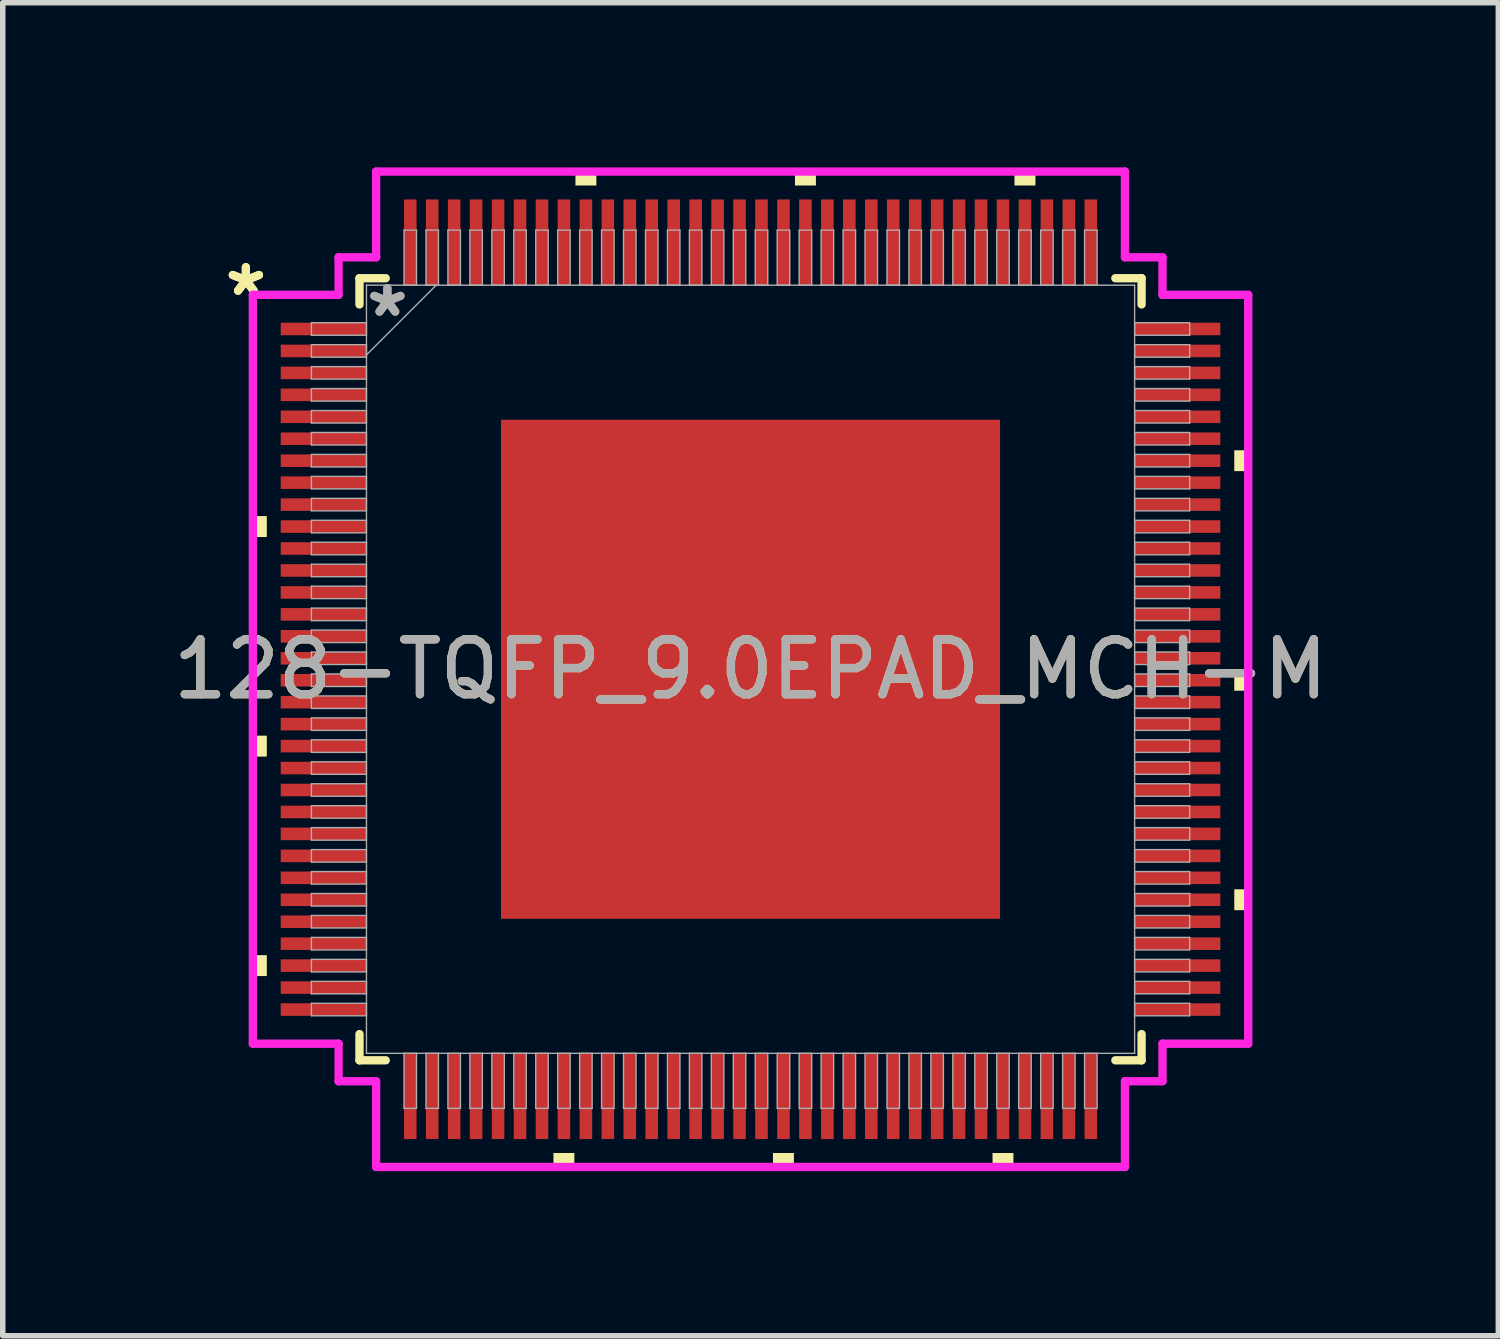
<source format=kicad_pcb>
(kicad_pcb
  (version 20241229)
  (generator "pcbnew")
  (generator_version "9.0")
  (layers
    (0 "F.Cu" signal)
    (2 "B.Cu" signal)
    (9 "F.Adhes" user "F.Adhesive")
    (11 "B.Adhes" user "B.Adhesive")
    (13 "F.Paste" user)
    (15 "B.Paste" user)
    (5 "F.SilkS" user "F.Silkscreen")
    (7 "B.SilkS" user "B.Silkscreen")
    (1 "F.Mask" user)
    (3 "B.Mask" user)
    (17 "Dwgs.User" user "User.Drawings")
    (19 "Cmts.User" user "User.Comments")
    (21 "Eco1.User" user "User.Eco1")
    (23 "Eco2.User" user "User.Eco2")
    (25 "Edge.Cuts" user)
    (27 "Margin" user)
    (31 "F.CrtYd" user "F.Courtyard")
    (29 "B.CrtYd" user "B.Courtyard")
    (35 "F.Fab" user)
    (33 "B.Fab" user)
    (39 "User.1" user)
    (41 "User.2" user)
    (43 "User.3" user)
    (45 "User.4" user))
  (footprint "128-TQFP_9.0EPAD_MCH-M"
    (layer "F.Cu")
    (at 10.625 9.144)
    (property "Reference" "128-TQFP_9.0EPAD_MCH-M" (at 0 0 0) (unlocked yes) (layer "F.SilkS") (effects (font (size 1 1) (thickness 0.15))))
    (attr smd)
    (fp_line (start -7.125 -7.125) (end -7.125 -6.647) (stroke (width 0.152) (type solid)) (layer "F.SilkS"))
    (fp_line (start -7.125 6.647) (end -7.125 7.125) (stroke (width 0.152) (type solid)) (layer "F.SilkS"))
    (fp_line (start -7.125 7.125) (end -6.647 7.125) (stroke (width 0.152) (type solid)) (layer "F.SilkS"))
    (fp_line (start -6.647 -7.125) (end -7.125 -7.125) (stroke (width 0.152) (type solid)) (layer "F.SilkS"))
    (fp_line (start 6.647 7.125) (end 7.125 7.125) (stroke (width 0.152) (type solid)) (layer "F.SilkS"))
    (fp_line (start 7.125 -7.125) (end 6.647 -7.125) (stroke (width 0.152) (type solid)) (layer "F.SilkS"))
    (fp_line (start 7.125 -6.647) (end 7.125 -7.125) (stroke (width 0.152) (type solid)) (layer "F.SilkS"))
    (fp_line (start 7.125 7.125) (end 7.125 6.647) (stroke (width 0.152) (type solid)) (layer "F.SilkS"))
    (fp_poly (pts (xy -9.068 -2.791) (xy -9.068 -2.409) (xy -8.814 -2.409) (xy -8.814 -2.791)) (stroke (width 0) (type solid)) (fill yes) (layer "F.SilkS"))
    (fp_poly (pts (xy -9.068 1.21) (xy -9.068 1.591) (xy -8.814 1.591) (xy -8.814 1.21)) (stroke (width 0) (type solid)) (fill yes) (layer "F.SilkS"))
    (fp_poly (pts (xy -9.068 5.209) (xy -9.068 5.59) (xy -8.814 5.59) (xy -8.814 5.209)) (stroke (width 0) (type solid)) (fill yes) (layer "F.SilkS"))
    (fp_poly (pts (xy -3.591 8.814) (xy -3.591 9.068) (xy -3.21 9.068) (xy -3.21 8.814)) (stroke (width 0) (type solid)) (fill yes) (layer "F.SilkS"))
    (fp_poly (pts (xy -3.19 -8.814) (xy -3.19 -9.068) (xy -2.809 -9.068) (xy -2.809 -8.814)) (stroke (width 0) (type solid)) (fill yes) (layer "F.SilkS"))
    (fp_poly (pts (xy 0.409 8.814) (xy 0.409 9.068) (xy 0.79 9.068) (xy 0.79 8.814)) (stroke (width 0) (type solid)) (fill yes) (layer "F.SilkS"))
    (fp_poly (pts (xy 0.81 -8.814) (xy 0.81 -9.068) (xy 1.191 -9.068) (xy 1.191 -8.814)) (stroke (width 0) (type solid)) (fill yes) (layer "F.SilkS"))
    (fp_poly (pts (xy 4.409 8.814) (xy 4.409 9.068) (xy 4.79 9.068) (xy 4.79 8.814)) (stroke (width 0) (type solid)) (fill yes) (layer "F.SilkS"))
    (fp_poly (pts (xy 4.809 -8.814) (xy 4.809 -9.068) (xy 5.191 -9.068) (xy 5.191 -8.814)) (stroke (width 0) (type solid)) (fill yes) (layer "F.SilkS"))
    (fp_poly (pts (xy 9.068 -3.99) (xy 9.068 -3.61) (xy 8.814 -3.61) (xy 8.814 -3.99)) (stroke (width 0) (type solid)) (fill yes) (layer "F.SilkS"))
    (fp_poly (pts (xy 9.068 0.009) (xy 9.068 0.391) (xy 8.814 0.391) (xy 8.814 0.009)) (stroke (width 0) (type solid)) (fill yes) (layer "F.SilkS"))
    (fp_poly (pts (xy 9.068 4.009) (xy 9.068 4.39) (xy 8.814 4.39) (xy 8.814 4.009)) (stroke (width 0) (type solid)) (fill yes) (layer "F.SilkS"))
    (fp_poly (pts (xy -4.447 -4.447) (xy -4.447 -3.348) (xy -3.348 -3.348) (xy -3.348 -4.447)) (stroke (width 0) (type solid)) (fill yes) (layer "F.Paste"))
    (fp_poly (pts (xy -4.447 -3.148) (xy -4.447 -2.049) (xy -3.348 -2.049) (xy -3.348 -3.148)) (stroke (width 0) (type solid)) (fill yes) (layer "F.Paste"))
    (fp_poly (pts (xy -4.447 -1.849) (xy -4.447 -0.75) (xy -3.348 -0.75) (xy -3.348 -1.849)) (stroke (width 0) (type solid)) (fill yes) (layer "F.Paste"))
    (fp_poly (pts (xy -4.447 -0.55) (xy -4.447 0.55) (xy -3.348 0.55) (xy -3.348 -0.55)) (stroke (width 0) (type solid)) (fill yes) (layer "F.Paste"))
    (fp_poly (pts (xy -4.447 0.75) (xy -4.447 1.849) (xy -3.348 1.849) (xy -3.348 0.75)) (stroke (width 0) (type solid)) (fill yes) (layer "F.Paste"))
    (fp_poly (pts (xy -4.447 2.049) (xy -4.447 3.148) (xy -3.348 3.148) (xy -3.348 2.049)) (stroke (width 0) (type solid)) (fill yes) (layer "F.Paste"))
    (fp_poly (pts (xy -4.447 3.348) (xy -4.447 4.447) (xy -3.348 4.447) (xy -3.348 3.348)) (stroke (width 0) (type solid)) (fill yes) (layer "F.Paste"))
    (fp_poly (pts (xy -3.148 -4.447) (xy -3.148 -3.348) (xy -2.049 -3.348) (xy -2.049 -4.447)) (stroke (width 0) (type solid)) (fill yes) (layer "F.Paste"))
    (fp_poly (pts (xy -3.148 -3.148) (xy -3.148 -2.049) (xy -2.049 -2.049) (xy -2.049 -3.148)) (stroke (width 0) (type solid)) (fill yes) (layer "F.Paste"))
    (fp_poly (pts (xy -3.148 -1.849) (xy -3.148 -0.75) (xy -2.049 -0.75) (xy -2.049 -1.849)) (stroke (width 0) (type solid)) (fill yes) (layer "F.Paste"))
    (fp_poly (pts (xy -3.148 -0.55) (xy -3.148 0.55) (xy -2.049 0.55) (xy -2.049 -0.55)) (stroke (width 0) (type solid)) (fill yes) (layer "F.Paste"))
    (fp_poly (pts (xy -3.148 0.75) (xy -3.148 1.849) (xy -2.049 1.849) (xy -2.049 0.75)) (stroke (width 0) (type solid)) (fill yes) (layer "F.Paste"))
    (fp_poly (pts (xy -3.148 2.049) (xy -3.148 3.148) (xy -2.049 3.148) (xy -2.049 2.049)) (stroke (width 0) (type solid)) (fill yes) (layer "F.Paste"))
    (fp_poly (pts (xy -3.148 3.348) (xy -3.148 4.447) (xy -2.049 4.447) (xy -2.049 3.348)) (stroke (width 0) (type solid)) (fill yes) (layer "F.Paste"))
    (fp_poly (pts (xy -1.849 -4.447) (xy -1.849 -3.348) (xy -0.75 -3.348) (xy -0.75 -4.447)) (stroke (width 0) (type solid)) (fill yes) (layer "F.Paste"))
    (fp_poly (pts (xy -1.849 -3.148) (xy -1.849 -2.049) (xy -0.75 -2.049) (xy -0.75 -3.148)) (stroke (width 0) (type solid)) (fill yes) (layer "F.Paste"))
    (fp_poly (pts (xy -1.849 -1.849) (xy -1.849 -0.75) (xy -0.75 -0.75) (xy -0.75 -1.849)) (stroke (width 0) (type solid)) (fill yes) (layer "F.Paste"))
    (fp_poly (pts (xy -1.849 -0.55) (xy -1.849 0.55) (xy -0.75 0.55) (xy -0.75 -0.55)) (stroke (width 0) (type solid)) (fill yes) (layer "F.Paste"))
    (fp_poly (pts (xy -1.849 0.75) (xy -1.849 1.849) (xy -0.75 1.849) (xy -0.75 0.75)) (stroke (width 0) (type solid)) (fill yes) (layer "F.Paste"))
    (fp_poly (pts (xy -1.849 2.049) (xy -1.849 3.148) (xy -0.75 3.148) (xy -0.75 2.049)) (stroke (width 0) (type solid)) (fill yes) (layer "F.Paste"))
    (fp_poly (pts (xy -1.849 3.348) (xy -1.849 4.447) (xy -0.75 4.447) (xy -0.75 3.348)) (stroke (width 0) (type solid)) (fill yes) (layer "F.Paste"))
    (fp_poly (pts (xy -0.55 -4.447) (xy -0.55 -3.348) (xy 0.55 -3.348) (xy 0.55 -4.447)) (stroke (width 0) (type solid)) (fill yes) (layer "F.Paste"))
    (fp_poly (pts (xy -0.55 -3.148) (xy -0.55 -2.049) (xy 0.55 -2.049) (xy 0.55 -3.148)) (stroke (width 0) (type solid)) (fill yes) (layer "F.Paste"))
    (fp_poly (pts (xy -0.55 -1.849) (xy -0.55 -0.75) (xy 0.55 -0.75) (xy 0.55 -1.849)) (stroke (width 0) (type solid)) (fill yes) (layer "F.Paste"))
    (fp_poly (pts (xy -0.55 -0.55) (xy -0.55 0.55) (xy 0.55 0.55) (xy 0.55 -0.55)) (stroke (width 0) (type solid)) (fill yes) (layer "F.Paste"))
    (fp_poly (pts (xy -0.55 0.75) (xy -0.55 1.849) (xy 0.55 1.849) (xy 0.55 0.75)) (stroke (width 0) (type solid)) (fill yes) (layer "F.Paste"))
    (fp_poly (pts (xy -0.55 2.049) (xy -0.55 3.148) (xy 0.55 3.148) (xy 0.55 2.049)) (stroke (width 0) (type solid)) (fill yes) (layer "F.Paste"))
    (fp_poly (pts (xy -0.55 3.348) (xy -0.55 4.447) (xy 0.55 4.447) (xy 0.55 3.348)) (stroke (width 0) (type solid)) (fill yes) (layer "F.Paste"))
    (fp_poly (pts (xy 0.75 -4.447) (xy 0.75 -3.348) (xy 1.849 -3.348) (xy 1.849 -4.447)) (stroke (width 0) (type solid)) (fill yes) (layer "F.Paste"))
    (fp_poly (pts (xy 0.75 -3.148) (xy 0.75 -2.049) (xy 1.849 -2.049) (xy 1.849 -3.148)) (stroke (width 0) (type solid)) (fill yes) (layer "F.Paste"))
    (fp_poly (pts (xy 0.75 -1.849) (xy 0.75 -0.75) (xy 1.849 -0.75) (xy 1.849 -1.849)) (stroke (width 0) (type solid)) (fill yes) (layer "F.Paste"))
    (fp_poly (pts (xy 0.75 -0.55) (xy 0.75 0.55) (xy 1.849 0.55) (xy 1.849 -0.55)) (stroke (width 0) (type solid)) (fill yes) (layer "F.Paste"))
    (fp_poly (pts (xy 0.75 0.75) (xy 0.75 1.849) (xy 1.849 1.849) (xy 1.849 0.75)) (stroke (width 0) (type solid)) (fill yes) (layer "F.Paste"))
    (fp_poly (pts (xy 0.75 2.049) (xy 0.75 3.148) (xy 1.849 3.148) (xy 1.849 2.049)) (stroke (width 0) (type solid)) (fill yes) (layer "F.Paste"))
    (fp_poly (pts (xy 0.75 3.348) (xy 0.75 4.447) (xy 1.849 4.447) (xy 1.849 3.348)) (stroke (width 0) (type solid)) (fill yes) (layer "F.Paste"))
    (fp_poly (pts (xy 2.049 -4.447) (xy 2.049 -3.348) (xy 3.148 -3.348) (xy 3.148 -4.447)) (stroke (width 0) (type solid)) (fill yes) (layer "F.Paste"))
    (fp_poly (pts (xy 2.049 -3.148) (xy 2.049 -2.049) (xy 3.148 -2.049) (xy 3.148 -3.148)) (stroke (width 0) (type solid)) (fill yes) (layer "F.Paste"))
    (fp_poly (pts (xy 2.049 -1.849) (xy 2.049 -0.75) (xy 3.148 -0.75) (xy 3.148 -1.849)) (stroke (width 0) (type solid)) (fill yes) (layer "F.Paste"))
    (fp_poly (pts (xy 2.049 -0.55) (xy 2.049 0.55) (xy 3.148 0.55) (xy 3.148 -0.55)) (stroke (width 0) (type solid)) (fill yes) (layer "F.Paste"))
    (fp_poly (pts (xy 2.049 0.75) (xy 2.049 1.849) (xy 3.148 1.849) (xy 3.148 0.75)) (stroke (width 0) (type solid)) (fill yes) (layer "F.Paste"))
    (fp_poly (pts (xy 2.049 2.049) (xy 2.049 3.148) (xy 3.148 3.148) (xy 3.148 2.049)) (stroke (width 0) (type solid)) (fill yes) (layer "F.Paste"))
    (fp_poly (pts (xy 2.049 3.348) (xy 2.049 4.447) (xy 3.148 4.447) (xy 3.148 3.348)) (stroke (width 0) (type solid)) (fill yes) (layer "F.Paste"))
    (fp_poly (pts (xy 3.348 -4.447) (xy 3.348 -3.348) (xy 4.447 -3.348) (xy 4.447 -4.447)) (stroke (width 0) (type solid)) (fill yes) (layer "F.Paste"))
    (fp_poly (pts (xy 3.348 -3.148) (xy 3.348 -2.049) (xy 4.447 -2.049) (xy 4.447 -3.148)) (stroke (width 0) (type solid)) (fill yes) (layer "F.Paste"))
    (fp_poly (pts (xy 3.348 -1.849) (xy 3.348 -0.75) (xy 4.447 -0.75) (xy 4.447 -1.849)) (stroke (width 0) (type solid)) (fill yes) (layer "F.Paste"))
    (fp_poly (pts (xy 3.348 -0.55) (xy 3.348 0.55) (xy 4.447 0.55) (xy 4.447 -0.55)) (stroke (width 0) (type solid)) (fill yes) (layer "F.Paste"))
    (fp_poly (pts (xy 3.348 0.75) (xy 3.348 1.849) (xy 4.447 1.849) (xy 4.447 0.75)) (stroke (width 0) (type solid)) (fill yes) (layer "F.Paste"))
    (fp_poly (pts (xy 3.348 2.049) (xy 3.348 3.148) (xy 4.447 3.148) (xy 4.447 2.049)) (stroke (width 0) (type solid)) (fill yes) (layer "F.Paste"))
    (fp_poly (pts (xy 3.348 3.348) (xy 3.348 4.447) (xy 4.447 4.447) (xy 4.447 3.348)) (stroke (width 0) (type solid)) (fill yes) (layer "F.Paste"))
    (fp_line (start -9.068 -6.822) (end -7.506 -6.822) (stroke (width 0.152) (type solid)) (layer "F.CrtYd"))
    (fp_line (start -9.068 6.822) (end -9.068 -6.822) (stroke (width 0.152) (type solid)) (layer "F.CrtYd"))
    (fp_line (start -7.506 -7.506) (end -6.822 -7.506) (stroke (width 0.152) (type solid)) (layer "F.CrtYd"))
    (fp_line (start -7.506 -6.822) (end -7.506 -7.506) (stroke (width 0.152) (type solid)) (layer "F.CrtYd"))
    (fp_line (start -7.506 6.822) (end -9.068 6.822) (stroke (width 0.152) (type solid)) (layer "F.CrtYd"))
    (fp_line (start -7.506 7.506) (end -7.506 6.822) (stroke (width 0.152) (type solid)) (layer "F.CrtYd"))
    (fp_line (start -7.506 7.506) (end -6.822 7.506) (stroke (width 0.152) (type solid)) (layer "F.CrtYd"))
    (fp_line (start -6.822 -9.068) (end 6.822 -9.068) (stroke (width 0.152) (type solid)) (layer "F.CrtYd"))
    (fp_line (start -6.822 -7.506) (end -6.822 -9.068) (stroke (width 0.152) (type solid)) (layer "F.CrtYd"))
    (fp_line (start -6.822 7.506) (end -6.822 9.068) (stroke (width 0.152) (type solid)) (layer "F.CrtYd"))
    (fp_line (start -6.822 9.068) (end 6.822 9.068) (stroke (width 0.152) (type solid)) (layer "F.CrtYd"))
    (fp_line (start 6.822 -9.068) (end 6.822 -7.506) (stroke (width 0.152) (type solid)) (layer "F.CrtYd"))
    (fp_line (start 6.822 -7.506) (end 7.506 -7.506) (stroke (width 0.152) (type solid)) (layer "F.CrtYd"))
    (fp_line (start 6.822 7.506) (end 7.506 7.506) (stroke (width 0.152) (type solid)) (layer "F.CrtYd"))
    (fp_line (start 6.822 9.068) (end 6.822 7.506) (stroke (width 0.152) (type solid)) (layer "F.CrtYd"))
    (fp_line (start 7.506 -6.822) (end 7.506 -7.506) (stroke (width 0.152) (type solid)) (layer "F.CrtYd"))
    (fp_line (start 7.506 6.822) (end 9.068 6.822) (stroke (width 0.152) (type solid)) (layer "F.CrtYd"))
    (fp_line (start 7.506 7.506) (end 7.506 6.822) (stroke (width 0.152) (type solid)) (layer "F.CrtYd"))
    (fp_line (start 9.068 -6.822) (end 7.506 -6.822) (stroke (width 0.152) (type solid)) (layer "F.CrtYd"))
    (fp_line (start 9.068 6.822) (end 9.068 -6.822) (stroke (width 0.152) (type solid)) (layer "F.CrtYd"))
    (fp_line (start -8.001 -6.314) (end -8.001 -6.086) (stroke (width 0.025) (type solid)) (layer "F.Fab"))
    (fp_line (start -8.001 -6.086) (end -6.998 -6.086) (stroke (width 0.025) (type solid)) (layer "F.Fab"))
    (fp_line (start -8.001 -5.914) (end -8.001 -5.686) (stroke (width 0.025) (type solid)) (layer "F.Fab"))
    (fp_line (start -8.001 -5.686) (end -6.998 -5.686) (stroke (width 0.025) (type solid)) (layer "F.Fab"))
    (fp_line (start -8.001 -5.514) (end -8.001 -5.286) (stroke (width 0.025) (type solid)) (layer "F.Fab"))
    (fp_line (start -8.001 -5.286) (end -6.998 -5.286) (stroke (width 0.025) (type solid)) (layer "F.Fab"))
    (fp_line (start -8.001 -5.114) (end -8.001 -4.886) (stroke (width 0.025) (type solid)) (layer "F.Fab"))
    (fp_line (start -8.001 -4.886) (end -6.998 -4.886) (stroke (width 0.025) (type solid)) (layer "F.Fab"))
    (fp_line (start -8.001 -4.714) (end -8.001 -4.486) (stroke (width 0.025) (type solid)) (layer "F.Fab"))
    (fp_line (start -8.001 -4.486) (end -6.998 -4.486) (stroke (width 0.025) (type solid)) (layer "F.Fab"))
    (fp_line (start -8.001 -4.314) (end -8.001 -4.086) (stroke (width 0.025) (type solid)) (layer "F.Fab"))
    (fp_line (start -8.001 -4.086) (end -6.998 -4.086) (stroke (width 0.025) (type solid)) (layer "F.Fab"))
    (fp_line (start -8.001 -3.914) (end -8.001 -3.686) (stroke (width 0.025) (type solid)) (layer "F.Fab"))
    (fp_line (start -8.001 -3.686) (end -6.998 -3.686) (stroke (width 0.025) (type solid)) (layer "F.Fab"))
    (fp_line (start -8.001 -3.514) (end -8.001 -3.286) (stroke (width 0.025) (type solid)) (layer "F.Fab"))
    (fp_line (start -8.001 -3.286) (end -6.998 -3.286) (stroke (width 0.025) (type solid)) (layer "F.Fab"))
    (fp_line (start -8.001 -3.114) (end -8.001 -2.886) (stroke (width 0.025) (type solid)) (layer "F.Fab"))
    (fp_line (start -8.001 -2.886) (end -6.998 -2.886) (stroke (width 0.025) (type solid)) (layer "F.Fab"))
    (fp_line (start -8.001 -2.714) (end -8.001 -2.486) (stroke (width 0.025) (type solid)) (layer "F.Fab"))
    (fp_line (start -8.001 -2.486) (end -6.998 -2.486) (stroke (width 0.025) (type solid)) (layer "F.Fab"))
    (fp_line (start -8.001 -2.314) (end -8.001 -2.086) (stroke (width 0.025) (type solid)) (layer "F.Fab"))
    (fp_line (start -8.001 -2.086) (end -6.998 -2.086) (stroke (width 0.025) (type solid)) (layer "F.Fab"))
    (fp_line (start -8.001 -1.914) (end -8.001 -1.686) (stroke (width 0.025) (type solid)) (layer "F.Fab"))
    (fp_line (start -8.001 -1.686) (end -6.998 -1.686) (stroke (width 0.025) (type solid)) (layer "F.Fab"))
    (fp_line (start -8.001 -1.514) (end -8.001 -1.286) (stroke (width 0.025) (type solid)) (layer "F.Fab"))
    (fp_line (start -8.001 -1.286) (end -6.998 -1.286) (stroke (width 0.025) (type solid)) (layer "F.Fab"))
    (fp_line (start -8.001 -1.114) (end -8.001 -0.886) (stroke (width 0.025) (type solid)) (layer "F.Fab"))
    (fp_line (start -8.001 -0.886) (end -6.998 -0.886) (stroke (width 0.025) (type solid)) (layer "F.Fab"))
    (fp_line (start -8.001 -0.714) (end -8.001 -0.486) (stroke (width 0.025) (type solid)) (layer "F.Fab"))
    (fp_line (start -8.001 -0.486) (end -6.998 -0.486) (stroke (width 0.025) (type solid)) (layer "F.Fab"))
    (fp_line (start -8.001 -0.314) (end -8.001 -0.086) (stroke (width 0.025) (type solid)) (layer "F.Fab"))
    (fp_line (start -8.001 -0.086) (end -6.998 -0.086) (stroke (width 0.025) (type solid)) (layer "F.Fab"))
    (fp_line (start -8.001 0.086) (end -8.001 0.314) (stroke (width 0.025) (type solid)) (layer "F.Fab"))
    (fp_line (start -8.001 0.314) (end -6.998 0.314) (stroke (width 0.025) (type solid)) (layer "F.Fab"))
    (fp_line (start -8.001 0.486) (end -8.001 0.714) (stroke (width 0.025) (type solid)) (layer "F.Fab"))
    (fp_line (start -8.001 0.714) (end -6.998 0.714) (stroke (width 0.025) (type solid)) (layer "F.Fab"))
    (fp_line (start -8.001 0.886) (end -8.001 1.114) (stroke (width 0.025) (type solid)) (layer "F.Fab"))
    (fp_line (start -8.001 1.114) (end -6.998 1.114) (stroke (width 0.025) (type solid)) (layer "F.Fab"))
    (fp_line (start -8.001 1.286) (end -8.001 1.514) (stroke (width 0.025) (type solid)) (layer "F.Fab"))
    (fp_line (start -8.001 1.514) (end -6.998 1.514) (stroke (width 0.025) (type solid)) (layer "F.Fab"))
    (fp_line (start -8.001 1.686) (end -8.001 1.914) (stroke (width 0.025) (type solid)) (layer "F.Fab"))
    (fp_line (start -8.001 1.914) (end -6.998 1.914) (stroke (width 0.025) (type solid)) (layer "F.Fab"))
    (fp_line (start -8.001 2.086) (end -8.001 2.314) (stroke (width 0.025) (type solid)) (layer "F.Fab"))
    (fp_line (start -8.001 2.314) (end -6.998 2.314) (stroke (width 0.025) (type solid)) (layer "F.Fab"))
    (fp_line (start -8.001 2.486) (end -8.001 2.714) (stroke (width 0.025) (type solid)) (layer "F.Fab"))
    (fp_line (start -8.001 2.714) (end -6.998 2.714) (stroke (width 0.025) (type solid)) (layer "F.Fab"))
    (fp_line (start -8.001 2.886) (end -8.001 3.114) (stroke (width 0.025) (type solid)) (layer "F.Fab"))
    (fp_line (start -8.001 3.114) (end -6.998 3.114) (stroke (width 0.025) (type solid)) (layer "F.Fab"))
    (fp_line (start -8.001 3.286) (end -8.001 3.514) (stroke (width 0.025) (type solid)) (layer "F.Fab"))
    (fp_line (start -8.001 3.514) (end -6.998 3.514) (stroke (width 0.025) (type solid)) (layer "F.Fab"))
    (fp_line (start -8.001 3.686) (end -8.001 3.914) (stroke (width 0.025) (type solid)) (layer "F.Fab"))
    (fp_line (start -8.001 3.914) (end -6.998 3.914) (stroke (width 0.025) (type solid)) (layer "F.Fab"))
    (fp_line (start -8.001 4.086) (end -8.001 4.314) (stroke (width 0.025) (type solid)) (layer "F.Fab"))
    (fp_line (start -8.001 4.314) (end -6.998 4.314) (stroke (width 0.025) (type solid)) (layer "F.Fab"))
    (fp_line (start -8.001 4.486) (end -8.001 4.714) (stroke (width 0.025) (type solid)) (layer "F.Fab"))
    (fp_line (start -8.001 4.714) (end -6.998 4.714) (stroke (width 0.025) (type solid)) (layer "F.Fab"))
    (fp_line (start -8.001 4.886) (end -8.001 5.114) (stroke (width 0.025) (type solid)) (layer "F.Fab"))
    (fp_line (start -8.001 5.114) (end -6.998 5.114) (stroke (width 0.025) (type solid)) (layer "F.Fab"))
    (fp_line (start -8.001 5.286) (end -8.001 5.514) (stroke (width 0.025) (type solid)) (layer "F.Fab"))
    (fp_line (start -8.001 5.514) (end -6.998 5.514) (stroke (width 0.025) (type solid)) (layer "F.Fab"))
    (fp_line (start -8.001 5.686) (end -8.001 5.914) (stroke (width 0.025) (type solid)) (layer "F.Fab"))
    (fp_line (start -8.001 5.914) (end -6.998 5.914) (stroke (width 0.025) (type solid)) (layer "F.Fab"))
    (fp_line (start -8.001 6.086) (end -8.001 6.314) (stroke (width 0.025) (type solid)) (layer "F.Fab"))
    (fp_line (start -8.001 6.314) (end -6.998 6.314) (stroke (width 0.025) (type solid)) (layer "F.Fab"))
    (fp_line (start -6.998 -6.998) (end -6.998 6.998) (stroke (width 0.025) (type solid)) (layer "F.Fab"))
    (fp_line (start -6.998 -6.314) (end -8.001 -6.314) (stroke (width 0.025) (type solid)) (layer "F.Fab"))
    (fp_line (start -6.998 -6.086) (end -6.998 -6.314) (stroke (width 0.025) (type solid)) (layer "F.Fab"))
    (fp_line (start -6.998 -5.914) (end -8.001 -5.914) (stroke (width 0.025) (type solid)) (layer "F.Fab"))
    (fp_line (start -6.998 -5.728) (end -5.728 -6.998) (stroke (width 0.025) (type solid)) (layer "F.Fab"))
    (fp_line (start -6.998 -5.686) (end -6.998 -5.914) (stroke (width 0.025) (type solid)) (layer "F.Fab"))
    (fp_line (start -6.998 -5.514) (end -8.001 -5.514) (stroke (width 0.025) (type solid)) (layer "F.Fab"))
    (fp_line (start -6.998 -5.286) (end -6.998 -5.514) (stroke (width 0.025) (type solid)) (layer "F.Fab"))
    (fp_line (start -6.998 -5.114) (end -8.001 -5.114) (stroke (width 0.025) (type solid)) (layer "F.Fab"))
    (fp_line (start -6.998 -4.886) (end -6.998 -5.114) (stroke (width 0.025) (type solid)) (layer "F.Fab"))
    (fp_line (start -6.998 -4.714) (end -8.001 -4.714) (stroke (width 0.025) (type solid)) (layer "F.Fab"))
    (fp_line (start -6.998 -4.486) (end -6.998 -4.714) (stroke (width 0.025) (type solid)) (layer "F.Fab"))
    (fp_line (start -6.998 -4.314) (end -8.001 -4.314) (stroke (width 0.025) (type solid)) (layer "F.Fab"))
    (fp_line (start -6.998 -4.086) (end -6.998 -4.314) (stroke (width 0.025) (type solid)) (layer "F.Fab"))
    (fp_line (start -6.998 -3.914) (end -8.001 -3.914) (stroke (width 0.025) (type solid)) (layer "F.Fab"))
    (fp_line (start -6.998 -3.686) (end -6.998 -3.914) (stroke (width 0.025) (type solid)) (layer "F.Fab"))
    (fp_line (start -6.998 -3.514) (end -8.001 -3.514) (stroke (width 0.025) (type solid)) (layer "F.Fab"))
    (fp_line (start -6.998 -3.286) (end -6.998 -3.514) (stroke (width 0.025) (type solid)) (layer "F.Fab"))
    (fp_line (start -6.998 -3.114) (end -8.001 -3.114) (stroke (width 0.025) (type solid)) (layer "F.Fab"))
    (fp_line (start -6.998 -2.886) (end -6.998 -3.114) (stroke (width 0.025) (type solid)) (layer "F.Fab"))
    (fp_line (start -6.998 -2.714) (end -8.001 -2.714) (stroke (width 0.025) (type solid)) (layer "F.Fab"))
    (fp_line (start -6.998 -2.486) (end -6.998 -2.714) (stroke (width 0.025) (type solid)) (layer "F.Fab"))
    (fp_line (start -6.998 -2.314) (end -8.001 -2.314) (stroke (width 0.025) (type solid)) (layer "F.Fab"))
    (fp_line (start -6.998 -2.086) (end -6.998 -2.314) (stroke (width 0.025) (type solid)) (layer "F.Fab"))
    (fp_line (start -6.998 -1.914) (end -8.001 -1.914) (stroke (width 0.025) (type solid)) (layer "F.Fab"))
    (fp_line (start -6.998 -1.686) (end -6.998 -1.914) (stroke (width 0.025) (type solid)) (layer "F.Fab"))
    (fp_line (start -6.998 -1.514) (end -8.001 -1.514) (stroke (width 0.025) (type solid)) (layer "F.Fab"))
    (fp_line (start -6.998 -1.286) (end -6.998 -1.514) (stroke (width 0.025) (type solid)) (layer "F.Fab"))
    (fp_line (start -6.998 -1.114) (end -8.001 -1.114) (stroke (width 0.025) (type solid)) (layer "F.Fab"))
    (fp_line (start -6.998 -0.886) (end -6.998 -1.114) (stroke (width 0.025) (type solid)) (layer "F.Fab"))
    (fp_line (start -6.998 -0.714) (end -8.001 -0.714) (stroke (width 0.025) (type solid)) (layer "F.Fab"))
    (fp_line (start -6.998 -0.486) (end -6.998 -0.714) (stroke (width 0.025) (type solid)) (layer "F.Fab"))
    (fp_line (start -6.998 -0.314) (end -8.001 -0.314) (stroke (width 0.025) (type solid)) (layer "F.Fab"))
    (fp_line (start -6.998 -0.086) (end -6.998 -0.314) (stroke (width 0.025) (type solid)) (layer "F.Fab"))
    (fp_line (start -6.998 0.086) (end -8.001 0.086) (stroke (width 0.025) (type solid)) (layer "F.Fab"))
    (fp_line (start -6.998 0.314) (end -6.998 0.086) (stroke (width 0.025) (type solid)) (layer "F.Fab"))
    (fp_line (start -6.998 0.486) (end -8.001 0.486) (stroke (width 0.025) (type solid)) (layer "F.Fab"))
    (fp_line (start -6.998 0.714) (end -6.998 0.486) (stroke (width 0.025) (type solid)) (layer "F.Fab"))
    (fp_line (start -6.998 0.886) (end -8.001 0.886) (stroke (width 0.025) (type solid)) (layer "F.Fab"))
    (fp_line (start -6.998 1.114) (end -6.998 0.886) (stroke (width 0.025) (type solid)) (layer "F.Fab"))
    (fp_line (start -6.998 1.286) (end -8.001 1.286) (stroke (width 0.025) (type solid)) (layer "F.Fab"))
    (fp_line (start -6.998 1.514) (end -6.998 1.286) (stroke (width 0.025) (type solid)) (layer "F.Fab"))
    (fp_line (start -6.998 1.686) (end -8.001 1.686) (stroke (width 0.025) (type solid)) (layer "F.Fab"))
    (fp_line (start -6.998 1.914) (end -6.998 1.686) (stroke (width 0.025) (type solid)) (layer "F.Fab"))
    (fp_line (start -6.998 2.086) (end -8.001 2.086) (stroke (width 0.025) (type solid)) (layer "F.Fab"))
    (fp_line (start -6.998 2.314) (end -6.998 2.086) (stroke (width 0.025) (type solid)) (layer "F.Fab"))
    (fp_line (start -6.998 2.486) (end -8.001 2.486) (stroke (width 0.025) (type solid)) (layer "F.Fab"))
    (fp_line (start -6.998 2.714) (end -6.998 2.486) (stroke (width 0.025) (type solid)) (layer "F.Fab"))
    (fp_line (start -6.998 2.886) (end -8.001 2.886) (stroke (width 0.025) (type solid)) (layer "F.Fab"))
    (fp_line (start -6.998 3.114) (end -6.998 2.886) (stroke (width 0.025) (type solid)) (layer "F.Fab"))
    (fp_line (start -6.998 3.286) (end -8.001 3.286) (stroke (width 0.025) (type solid)) (layer "F.Fab"))
    (fp_line (start -6.998 3.514) (end -6.998 3.286) (stroke (width 0.025) (type solid)) (layer "F.Fab"))
    (fp_line (start -6.998 3.686) (end -8.001 3.686) (stroke (width 0.025) (type solid)) (layer "F.Fab"))
    (fp_line (start -6.998 3.914) (end -6.998 3.686) (stroke (width 0.025) (type solid)) (layer "F.Fab"))
    (fp_line (start -6.998 4.086) (end -8.001 4.086) (stroke (width 0.025) (type solid)) (layer "F.Fab"))
    (fp_line (start -6.998 4.314) (end -6.998 4.086) (stroke (width 0.025) (type solid)) (layer "F.Fab"))
    (fp_line (start -6.998 4.486) (end -8.001 4.486) (stroke (width 0.025) (type solid)) (layer "F.Fab"))
    (fp_line (start -6.998 4.714) (end -6.998 4.486) (stroke (width 0.025) (type solid)) (layer "F.Fab"))
    (fp_line (start -6.998 4.886) (end -8.001 4.886) (stroke (width 0.025) (type solid)) (layer "F.Fab"))
    (fp_line (start -6.998 5.114) (end -6.998 4.886) (stroke (width 0.025) (type solid)) (layer "F.Fab"))
    (fp_line (start -6.998 5.286) (end -8.001 5.286) (stroke (width 0.025) (type solid)) (layer "F.Fab"))
    (fp_line (start -6.998 5.514) (end -6.998 5.286) (stroke (width 0.025) (type solid)) (layer "F.Fab"))
    (fp_line (start -6.998 5.686) (end -8.001 5.686) (stroke (width 0.025) (type solid)) (layer "F.Fab"))
    (fp_line (start -6.998 5.914) (end -6.998 5.686) (stroke (width 0.025) (type solid)) (layer "F.Fab"))
    (fp_line (start -6.998 6.086) (end -8.001 6.086) (stroke (width 0.025) (type solid)) (layer "F.Fab"))
    (fp_line (start -6.998 6.314) (end -6.998 6.086) (stroke (width 0.025) (type solid)) (layer "F.Fab"))
    (fp_line (start -6.998 6.998) (end 6.998 6.998) (stroke (width 0.025) (type solid)) (layer "F.Fab"))
    (fp_line (start -6.314 -8.001) (end -6.314 -6.998) (stroke (width 0.025) (type solid)) (layer "F.Fab"))
    (fp_line (start -6.314 -6.998) (end -6.086 -6.998) (stroke (width 0.025) (type solid)) (layer "F.Fab"))
    (fp_line (start -6.314 6.998) (end -6.314 8.001) (stroke (width 0.025) (type solid)) (layer "F.Fab"))
    (fp_line (start -6.314 8.001) (end -6.086 8.001) (stroke (width 0.025) (type solid)) (layer "F.Fab"))
    (fp_line (start -6.086 -8.001) (end -6.314 -8.001) (stroke (width 0.025) (type solid)) (layer "F.Fab"))
    (fp_line (start -6.086 -6.998) (end -6.086 -8.001) (stroke (width 0.025) (type solid)) (layer "F.Fab"))
    (fp_line (start -6.086 6.998) (end -6.314 6.998) (stroke (width 0.025) (type solid)) (layer "F.Fab"))
    (fp_line (start -6.086 8.001) (end -6.086 6.998) (stroke (width 0.025) (type solid)) (layer "F.Fab"))
    (fp_line (start -5.914 6.998) (end -5.914 8.001) (stroke (width 0.025) (type solid)) (layer "F.Fab"))
    (fp_line (start -5.914 8.001) (end -5.686 8.001) (stroke (width 0.025) (type solid)) (layer "F.Fab"))
    (fp_line (start -5.914 -8.001) (end -5.914 -6.998) (stroke (width 0.025) (type solid)) (layer "F.Fab"))
    (fp_line (start -5.914 -6.998) (end -5.686 -6.998) (stroke (width 0.025) (type solid)) (layer "F.Fab"))
    (fp_line (start -5.686 6.998) (end -5.914 6.998) (stroke (width 0.025) (type solid)) (layer "F.Fab"))
    (fp_line (start -5.686 8.001) (end -5.686 6.998) (stroke (width 0.025) (type solid)) (layer "F.Fab"))
    (fp_line (start -5.686 -8.001) (end -5.914 -8.001) (stroke (width 0.025) (type solid)) (layer "F.Fab"))
    (fp_line (start -5.686 -6.998) (end -5.686 -8.001) (stroke (width 0.025) (type solid)) (layer "F.Fab"))
    (fp_line (start -5.514 6.998) (end -5.514 8.001) (stroke (width 0.025) (type solid)) (layer "F.Fab"))
    (fp_line (start -5.514 8.001) (end -5.286 8.001) (stroke (width 0.025) (type solid)) (layer "F.Fab"))
    (fp_line (start -5.514 -8.001) (end -5.514 -6.998) (stroke (width 0.025) (type solid)) (layer "F.Fab"))
    (fp_line (start -5.514 -6.998) (end -5.286 -6.998) (stroke (width 0.025) (type solid)) (layer "F.Fab"))
    (fp_line (start -5.286 6.998) (end -5.514 6.998) (stroke (width 0.025) (type solid)) (layer "F.Fab"))
    (fp_line (start -5.286 8.001) (end -5.286 6.998) (stroke (width 0.025) (type solid)) (layer "F.Fab"))
    (fp_line (start -5.286 -8.001) (end -5.514 -8.001) (stroke (width 0.025) (type solid)) (layer "F.Fab"))
    (fp_line (start -5.286 -6.998) (end -5.286 -8.001) (stroke (width 0.025) (type solid)) (layer "F.Fab"))
    (fp_line (start -5.114 6.998) (end -5.114 8.001) (stroke (width 0.025) (type solid)) (layer "F.Fab"))
    (fp_line (start -5.114 8.001) (end -4.886 8.001) (stroke (width 0.025) (type solid)) (layer "F.Fab"))
    (fp_line (start -5.114 -8.001) (end -5.114 -6.998) (stroke (width 0.025) (type solid)) (layer "F.Fab"))
    (fp_line (start -5.114 -6.998) (end -4.886 -6.998) (stroke (width 0.025) (type solid)) (layer "F.Fab"))
    (fp_line (start -4.886 6.998) (end -5.114 6.998) (stroke (width 0.025) (type solid)) (layer "F.Fab"))
    (fp_line (start -4.886 8.001) (end -4.886 6.998) (stroke (width 0.025) (type solid)) (layer "F.Fab"))
    (fp_line (start -4.886 -8.001) (end -5.114 -8.001) (stroke (width 0.025) (type solid)) (layer "F.Fab"))
    (fp_line (start -4.886 -6.998) (end -4.886 -8.001) (stroke (width 0.025) (type solid)) (layer "F.Fab"))
    (fp_line (start -4.714 6.998) (end -4.714 8.001) (stroke (width 0.025) (type solid)) (layer "F.Fab"))
    (fp_line (start -4.714 8.001) (end -4.486 8.001) (stroke (width 0.025) (type solid)) (layer "F.Fab"))
    (fp_line (start -4.714 -8.001) (end -4.714 -6.998) (stroke (width 0.025) (type solid)) (layer "F.Fab"))
    (fp_line (start -4.714 -6.998) (end -4.486 -6.998) (stroke (width 0.025) (type solid)) (layer "F.Fab"))
    (fp_line (start -4.486 6.998) (end -4.714 6.998) (stroke (width 0.025) (type solid)) (layer "F.Fab"))
    (fp_line (start -4.486 8.001) (end -4.486 6.998) (stroke (width 0.025) (type solid)) (layer "F.Fab"))
    (fp_line (start -4.486 -8.001) (end -4.714 -8.001) (stroke (width 0.025) (type solid)) (layer "F.Fab"))
    (fp_line (start -4.486 -6.998) (end -4.486 -8.001) (stroke (width 0.025) (type solid)) (layer "F.Fab"))
    (fp_line (start -4.314 6.998) (end -4.314 8.001) (stroke (width 0.025) (type solid)) (layer "F.Fab"))
    (fp_line (start -4.314 8.001) (end -4.086 8.001) (stroke (width 0.025) (type solid)) (layer "F.Fab"))
    (fp_line (start -4.314 -8.001) (end -4.314 -6.998) (stroke (width 0.025) (type solid)) (layer "F.Fab"))
    (fp_line (start -4.314 -6.998) (end -4.086 -6.998) (stroke (width 0.025) (type solid)) (layer "F.Fab"))
    (fp_line (start -4.086 6.998) (end -4.314 6.998) (stroke (width 0.025) (type solid)) (layer "F.Fab"))
    (fp_line (start -4.086 8.001) (end -4.086 6.998) (stroke (width 0.025) (type solid)) (layer "F.Fab"))
    (fp_line (start -4.086 -8.001) (end -4.314 -8.001) (stroke (width 0.025) (type solid)) (layer "F.Fab"))
    (fp_line (start -4.086 -6.998) (end -4.086 -8.001) (stroke (width 0.025) (type solid)) (layer "F.Fab"))
    (fp_line (start -3.914 6.998) (end -3.914 8.001) (stroke (width 0.025) (type solid)) (layer "F.Fab"))
    (fp_line (start -3.914 8.001) (end -3.686 8.001) (stroke (width 0.025) (type solid)) (layer "F.Fab"))
    (fp_line (start -3.914 -8.001) (end -3.914 -6.998) (stroke (width 0.025) (type solid)) (layer "F.Fab"))
    (fp_line (start -3.914 -6.998) (end -3.686 -6.998) (stroke (width 0.025) (type solid)) (layer "F.Fab"))
    (fp_line (start -3.686 6.998) (end -3.914 6.998) (stroke (width 0.025) (type solid)) (layer "F.Fab"))
    (fp_line (start -3.686 8.001) (end -3.686 6.998) (stroke (width 0.025) (type solid)) (layer "F.Fab"))
    (fp_line (start -3.686 -8.001) (end -3.914 -8.001) (stroke (width 0.025) (type solid)) (layer "F.Fab"))
    (fp_line (start -3.686 -6.998) (end -3.686 -8.001) (stroke (width 0.025) (type solid)) (layer "F.Fab"))
    (fp_line (start -3.514 6.998) (end -3.514 8.001) (stroke (width 0.025) (type solid)) (layer "F.Fab"))
    (fp_line (start -3.514 8.001) (end -3.286 8.001) (stroke (width 0.025) (type solid)) (layer "F.Fab"))
    (fp_line (start -3.514 -8.001) (end -3.514 -6.998) (stroke (width 0.025) (type solid)) (layer "F.Fab"))
    (fp_line (start -3.514 -6.998) (end -3.286 -6.998) (stroke (width 0.025) (type solid)) (layer "F.Fab"))
    (fp_line (start -3.286 6.998) (end -3.514 6.998) (stroke (width 0.025) (type solid)) (layer "F.Fab"))
    (fp_line (start -3.286 8.001) (end -3.286 6.998) (stroke (width 0.025) (type solid)) (layer "F.Fab"))
    (fp_line (start -3.286 -8.001) (end -3.514 -8.001) (stroke (width 0.025) (type solid)) (layer "F.Fab"))
    (fp_line (start -3.286 -6.998) (end -3.286 -8.001) (stroke (width 0.025) (type solid)) (layer "F.Fab"))
    (fp_line (start -3.114 6.998) (end -3.114 8.001) (stroke (width 0.025) (type solid)) (layer "F.Fab"))
    (fp_line (start -3.114 8.001) (end -2.886 8.001) (stroke (width 0.025) (type solid)) (layer "F.Fab"))
    (fp_line (start -3.114 -8.001) (end -3.114 -6.998) (stroke (width 0.025) (type solid)) (layer "F.Fab"))
    (fp_line (start -3.114 -6.998) (end -2.886 -6.998) (stroke (width 0.025) (type solid)) (layer "F.Fab"))
    (fp_line (start -2.886 6.998) (end -3.114 6.998) (stroke (width 0.025) (type solid)) (layer "F.Fab"))
    (fp_line (start -2.886 8.001) (end -2.886 6.998) (stroke (width 0.025) (type solid)) (layer "F.Fab"))
    (fp_line (start -2.886 -8.001) (end -3.114 -8.001) (stroke (width 0.025) (type solid)) (layer "F.Fab"))
    (fp_line (start -2.886 -6.998) (end -2.886 -8.001) (stroke (width 0.025) (type solid)) (layer "F.Fab"))
    (fp_line (start -2.714 -8.001) (end -2.714 -6.998) (stroke (width 0.025) (type solid)) (layer "F.Fab"))
    (fp_line (start -2.714 -6.998) (end -2.486 -6.998) (stroke (width 0.025) (type solid)) (layer "F.Fab"))
    (fp_line (start -2.714 6.998) (end -2.714 8.001) (stroke (width 0.025) (type solid)) (layer "F.Fab"))
    (fp_line (start -2.714 8.001) (end -2.486 8.001) (stroke (width 0.025) (type solid)) (layer "F.Fab"))
    (fp_line (start -2.486 -8.001) (end -2.714 -8.001) (stroke (width 0.025) (type solid)) (layer "F.Fab"))
    (fp_line (start -2.486 -6.998) (end -2.486 -8.001) (stroke (width 0.025) (type solid)) (layer "F.Fab"))
    (fp_line (start -2.486 6.998) (end -2.714 6.998) (stroke (width 0.025) (type solid)) (layer "F.Fab"))
    (fp_line (start -2.486 8.001) (end -2.486 6.998) (stroke (width 0.025) (type solid)) (layer "F.Fab"))
    (fp_line (start -2.314 -8.001) (end -2.314 -6.998) (stroke (width 0.025) (type solid)) (layer "F.Fab"))
    (fp_line (start -2.314 -6.998) (end -2.086 -6.998) (stroke (width 0.025) (type solid)) (layer "F.Fab"))
    (fp_line (start -2.314 6.998) (end -2.314 8.001) (stroke (width 0.025) (type solid)) (layer "F.Fab"))
    (fp_line (start -2.314 8.001) (end -2.086 8.001) (stroke (width 0.025) (type solid)) (layer "F.Fab"))
    (fp_line (start -2.086 -8.001) (end -2.314 -8.001) (stroke (width 0.025) (type solid)) (layer "F.Fab"))
    (fp_line (start -2.086 -6.998) (end -2.086 -8.001) (stroke (width 0.025) (type solid)) (layer "F.Fab"))
    (fp_line (start -2.086 6.998) (end -2.314 6.998) (stroke (width 0.025) (type solid)) (layer "F.Fab"))
    (fp_line (start -2.086 8.001) (end -2.086 6.998) (stroke (width 0.025) (type solid)) (layer "F.Fab"))
    (fp_line (start -1.914 -8.001) (end -1.914 -6.998) (stroke (width 0.025) (type solid)) (layer "F.Fab"))
    (fp_line (start -1.914 -6.998) (end -1.686 -6.998) (stroke (width 0.025) (type solid)) (layer "F.Fab"))
    (fp_line (start -1.914 6.998) (end -1.914 8.001) (stroke (width 0.025) (type solid)) (layer "F.Fab"))
    (fp_line (start -1.914 8.001) (end -1.686 8.001) (stroke (width 0.025) (type solid)) (layer "F.Fab"))
    (fp_line (start -1.686 -8.001) (end -1.914 -8.001) (stroke (width 0.025) (type solid)) (layer "F.Fab"))
    (fp_line (start -1.686 -6.998) (end -1.686 -8.001) (stroke (width 0.025) (type solid)) (layer "F.Fab"))
    (fp_line (start -1.686 6.998) (end -1.914 6.998) (stroke (width 0.025) (type solid)) (layer "F.Fab"))
    (fp_line (start -1.686 8.001) (end -1.686 6.998) (stroke (width 0.025) (type solid)) (layer "F.Fab"))
    (fp_line (start -1.514 -8.001) (end -1.514 -6.998) (stroke (width 0.025) (type solid)) (layer "F.Fab"))
    (fp_line (start -1.514 -6.998) (end -1.286 -6.998) (stroke (width 0.025) (type solid)) (layer "F.Fab"))
    (fp_line (start -1.514 6.998) (end -1.514 8.001) (stroke (width 0.025) (type solid)) (layer "F.Fab"))
    (fp_line (start -1.514 8.001) (end -1.286 8.001) (stroke (width 0.025) (type solid)) (layer "F.Fab"))
    (fp_line (start -1.286 -8.001) (end -1.514 -8.001) (stroke (width 0.025) (type solid)) (layer "F.Fab"))
    (fp_line (start -1.286 -6.998) (end -1.286 -8.001) (stroke (width 0.025) (type solid)) (layer "F.Fab"))
    (fp_line (start -1.286 6.998) (end -1.514 6.998) (stroke (width 0.025) (type solid)) (layer "F.Fab"))
    (fp_line (start -1.286 8.001) (end -1.286 6.998) (stroke (width 0.025) (type solid)) (layer "F.Fab"))
    (fp_line (start -1.114 -8.001) (end -1.114 -6.998) (stroke (width 0.025) (type solid)) (layer "F.Fab"))
    (fp_line (start -1.114 -6.998) (end -0.886 -6.998) (stroke (width 0.025) (type solid)) (layer "F.Fab"))
    (fp_line (start -1.114 6.998) (end -1.114 8.001) (stroke (width 0.025) (type solid)) (layer "F.Fab"))
    (fp_line (start -1.114 8.001) (end -0.886 8.001) (stroke (width 0.025) (type solid)) (layer "F.Fab"))
    (fp_line (start -0.886 -8.001) (end -1.114 -8.001) (stroke (width 0.025) (type solid)) (layer "F.Fab"))
    (fp_line (start -0.886 -6.998) (end -0.886 -8.001) (stroke (width 0.025) (type solid)) (layer "F.Fab"))
    (fp_line (start -0.886 6.998) (end -1.114 6.998) (stroke (width 0.025) (type solid)) (layer "F.Fab"))
    (fp_line (start -0.886 8.001) (end -0.886 6.998) (stroke (width 0.025) (type solid)) (layer "F.Fab"))
    (fp_line (start -0.714 -8.001) (end -0.714 -6.998) (stroke (width 0.025) (type solid)) (layer "F.Fab"))
    (fp_line (start -0.714 -6.998) (end -0.486 -6.998) (stroke (width 0.025) (type solid)) (layer "F.Fab"))
    (fp_line (start -0.714 6.998) (end -0.714 8.001) (stroke (width 0.025) (type solid)) (layer "F.Fab"))
    (fp_line (start -0.714 8.001) (end -0.486 8.001) (stroke (width 0.025) (type solid)) (layer "F.Fab"))
    (fp_line (start -0.486 -8.001) (end -0.714 -8.001) (stroke (width 0.025) (type solid)) (layer "F.Fab"))
    (fp_line (start -0.486 -6.998) (end -0.486 -8.001) (stroke (width 0.025) (type solid)) (layer "F.Fab"))
    (fp_line (start -0.486 6.998) (end -0.714 6.998) (stroke (width 0.025) (type solid)) (layer "F.Fab"))
    (fp_line (start -0.486 8.001) (end -0.486 6.998) (stroke (width 0.025) (type solid)) (layer "F.Fab"))
    (fp_line (start -0.314 -8.001) (end -0.314 -6.998) (stroke (width 0.025) (type solid)) (layer "F.Fab"))
    (fp_line (start -0.314 -6.998) (end -0.086 -6.998) (stroke (width 0.025) (type solid)) (layer "F.Fab"))
    (fp_line (start -0.314 6.998) (end -0.314 8.001) (stroke (width 0.025) (type solid)) (layer "F.Fab"))
    (fp_line (start -0.314 8.001) (end -0.086 8.001) (stroke (width 0.025) (type solid)) (layer "F.Fab"))
    (fp_line (start -0.086 -8.001) (end -0.314 -8.001) (stroke (width 0.025) (type solid)) (layer "F.Fab"))
    (fp_line (start -0.086 -6.998) (end -0.086 -8.001) (stroke (width 0.025) (type solid)) (layer "F.Fab"))
    (fp_line (start -0.086 6.998) (end -0.314 6.998) (stroke (width 0.025) (type solid)) (layer "F.Fab"))
    (fp_line (start -0.086 8.001) (end -0.086 6.998) (stroke (width 0.025) (type solid)) (layer "F.Fab"))
    (fp_line (start 0.086 -8.001) (end 0.086 -6.998) (stroke (width 0.025) (type solid)) (layer "F.Fab"))
    (fp_line (start 0.086 -6.998) (end 0.314 -6.998) (stroke (width 0.025) (type solid)) (layer "F.Fab"))
    (fp_line (start 0.086 6.998) (end 0.086 8.001) (stroke (width 0.025) (type solid)) (layer "F.Fab"))
    (fp_line (start 0.086 8.001) (end 0.314 8.001) (stroke (width 0.025) (type solid)) (layer "F.Fab"))
    (fp_line (start 0.314 -8.001) (end 0.086 -8.001) (stroke (width 0.025) (type solid)) (layer "F.Fab"))
    (fp_line (start 0.314 -6.998) (end 0.314 -8.001) (stroke (width 0.025) (type solid)) (layer "F.Fab"))
    (fp_line (start 0.314 6.998) (end 0.086 6.998) (stroke (width 0.025) (type solid)) (layer "F.Fab"))
    (fp_line (start 0.314 8.001) (end 0.314 6.998) (stroke (width 0.025) (type solid)) (layer "F.Fab"))
    (fp_line (start 0.486 -8.001) (end 0.486 -6.998) (stroke (width 0.025) (type solid)) (layer "F.Fab"))
    (fp_line (start 0.486 -6.998) (end 0.714 -6.998) (stroke (width 0.025) (type solid)) (layer "F.Fab"))
    (fp_line (start 0.486 6.998) (end 0.486 8.001) (stroke (width 0.025) (type solid)) (layer "F.Fab"))
    (fp_line (start 0.486 8.001) (end 0.714 8.001) (stroke (width 0.025) (type solid)) (layer "F.Fab"))
    (fp_line (start 0.714 -8.001) (end 0.486 -8.001) (stroke (width 0.025) (type solid)) (layer "F.Fab"))
    (fp_line (start 0.714 -6.998) (end 0.714 -8.001) (stroke (width 0.025) (type solid)) (layer "F.Fab"))
    (fp_line (start 0.714 6.998) (end 0.486 6.998) (stroke (width 0.025) (type solid)) (layer "F.Fab"))
    (fp_line (start 0.714 8.001) (end 0.714 6.998) (stroke (width 0.025) (type solid)) (layer "F.Fab"))
    (fp_line (start 0.886 -8.001) (end 0.886 -6.998) (stroke (width 0.025) (type solid)) (layer "F.Fab"))
    (fp_line (start 0.886 -6.998) (end 1.114 -6.998) (stroke (width 0.025) (type solid)) (layer "F.Fab"))
    (fp_line (start 0.886 6.998) (end 0.886 8.001) (stroke (width 0.025) (type solid)) (layer "F.Fab"))
    (fp_line (start 0.886 8.001) (end 1.114 8.001) (stroke (width 0.025) (type solid)) (layer "F.Fab"))
    (fp_line (start 1.114 -8.001) (end 0.886 -8.001) (stroke (width 0.025) (type solid)) (layer "F.Fab"))
    (fp_line (start 1.114 -6.998) (end 1.114 -8.001) (stroke (width 0.025) (type solid)) (layer "F.Fab"))
    (fp_line (start 1.114 6.998) (end 0.886 6.998) (stroke (width 0.025) (type solid)) (layer "F.Fab"))
    (fp_line (start 1.114 8.001) (end 1.114 6.998) (stroke (width 0.025) (type solid)) (layer "F.Fab"))
    (fp_line (start 1.286 -8.001) (end 1.286 -6.998) (stroke (width 0.025) (type solid)) (layer "F.Fab"))
    (fp_line (start 1.286 -6.998) (end 1.514 -6.998) (stroke (width 0.025) (type solid)) (layer "F.Fab"))
    (fp_line (start 1.286 6.998) (end 1.286 8.001) (stroke (width 0.025) (type solid)) (layer "F.Fab"))
    (fp_line (start 1.286 8.001) (end 1.514 8.001) (stroke (width 0.025) (type solid)) (layer "F.Fab"))
    (fp_line (start 1.514 -8.001) (end 1.286 -8.001) (stroke (width 0.025) (type solid)) (layer "F.Fab"))
    (fp_line (start 1.514 -6.998) (end 1.514 -8.001) (stroke (width 0.025) (type solid)) (layer "F.Fab"))
    (fp_line (start 1.514 6.998) (end 1.286 6.998) (stroke (width 0.025) (type solid)) (layer "F.Fab"))
    (fp_line (start 1.514 8.001) (end 1.514 6.998) (stroke (width 0.025) (type solid)) (layer "F.Fab"))
    (fp_line (start 1.686 -8.001) (end 1.686 -6.998) (stroke (width 0.025) (type solid)) (layer "F.Fab"))
    (fp_line (start 1.686 -6.998) (end 1.914 -6.998) (stroke (width 0.025) (type solid)) (layer "F.Fab"))
    (fp_line (start 1.686 6.998) (end 1.686 8.001) (stroke (width 0.025) (type solid)) (layer "F.Fab"))
    (fp_line (start 1.686 8.001) (end 1.914 8.001) (stroke (width 0.025) (type solid)) (layer "F.Fab"))
    (fp_line (start 1.914 -8.001) (end 1.686 -8.001) (stroke (width 0.025) (type solid)) (layer "F.Fab"))
    (fp_line (start 1.914 -6.998) (end 1.914 -8.001) (stroke (width 0.025) (type solid)) (layer "F.Fab"))
    (fp_line (start 1.914 6.998) (end 1.686 6.998) (stroke (width 0.025) (type solid)) (layer "F.Fab"))
    (fp_line (start 1.914 8.001) (end 1.914 6.998) (stroke (width 0.025) (type solid)) (layer "F.Fab"))
    (fp_line (start 2.086 -8.001) (end 2.086 -6.998) (stroke (width 0.025) (type solid)) (layer "F.Fab"))
    (fp_line (start 2.086 -6.998) (end 2.314 -6.998) (stroke (width 0.025) (type solid)) (layer "F.Fab"))
    (fp_line (start 2.086 6.998) (end 2.086 8.001) (stroke (width 0.025) (type solid)) (layer "F.Fab"))
    (fp_line (start 2.086 8.001) (end 2.314 8.001) (stroke (width 0.025) (type solid)) (layer "F.Fab"))
    (fp_line (start 2.314 -8.001) (end 2.086 -8.001) (stroke (width 0.025) (type solid)) (layer "F.Fab"))
    (fp_line (start 2.314 -6.998) (end 2.314 -8.001) (stroke (width 0.025) (type solid)) (layer "F.Fab"))
    (fp_line (start 2.314 6.998) (end 2.086 6.998) (stroke (width 0.025) (type solid)) (layer "F.Fab"))
    (fp_line (start 2.314 8.001) (end 2.314 6.998) (stroke (width 0.025) (type solid)) (layer "F.Fab"))
    (fp_line (start 2.486 -8.001) (end 2.486 -6.998) (stroke (width 0.025) (type solid)) (layer "F.Fab"))
    (fp_line (start 2.486 -6.998) (end 2.714 -6.998) (stroke (width 0.025) (type solid)) (layer "F.Fab"))
    (fp_line (start 2.486 6.998) (end 2.486 8.001) (stroke (width 0.025) (type solid)) (layer "F.Fab"))
    (fp_line (start 2.486 8.001) (end 2.714 8.001) (stroke (width 0.025) (type solid)) (layer "F.Fab"))
    (fp_line (start 2.714 -8.001) (end 2.486 -8.001) (stroke (width 0.025) (type solid)) (layer "F.Fab"))
    (fp_line (start 2.714 -6.998) (end 2.714 -8.001) (stroke (width 0.025) (type solid)) (layer "F.Fab"))
    (fp_line (start 2.714 6.998) (end 2.486 6.998) (stroke (width 0.025) (type solid)) (layer "F.Fab"))
    (fp_line (start 2.714 8.001) (end 2.714 6.998) (stroke (width 0.025) (type solid)) (layer "F.Fab"))
    (fp_line (start 2.886 6.998) (end 2.886 8.001) (stroke (width 0.025) (type solid)) (layer "F.Fab"))
    (fp_line (start 2.886 8.001) (end 3.114 8.001) (stroke (width 0.025) (type solid)) (layer "F.Fab"))
    (fp_line (start 2.886 -8.001) (end 2.886 -6.998) (stroke (width 0.025) (type solid)) (layer "F.Fab"))
    (fp_line (start 2.886 -6.998) (end 3.114 -6.998) (stroke (width 0.025) (type solid)) (layer "F.Fab"))
    (fp_line (start 3.114 6.998) (end 2.886 6.998) (stroke (width 0.025) (type solid)) (layer "F.Fab"))
    (fp_line (start 3.114 8.001) (end 3.114 6.998) (stroke (width 0.025) (type solid)) (layer "F.Fab"))
    (fp_line (start 3.114 -8.001) (end 2.886 -8.001) (stroke (width 0.025) (type solid)) (layer "F.Fab"))
    (fp_line (start 3.114 -6.998) (end 3.114 -8.001) (stroke (width 0.025) (type solid)) (layer "F.Fab"))
    (fp_line (start 3.286 6.998) (end 3.286 8.001) (stroke (width 0.025) (type solid)) (layer "F.Fab"))
    (fp_line (start 3.286 8.001) (end 3.514 8.001) (stroke (width 0.025) (type solid)) (layer "F.Fab"))
    (fp_line (start 3.286 -8.001) (end 3.286 -6.998) (stroke (width 0.025) (type solid)) (layer "F.Fab"))
    (fp_line (start 3.286 -6.998) (end 3.514 -6.998) (stroke (width 0.025) (type solid)) (layer "F.Fab"))
    (fp_line (start 3.514 6.998) (end 3.286 6.998) (stroke (width 0.025) (type solid)) (layer "F.Fab"))
    (fp_line (start 3.514 8.001) (end 3.514 6.998) (stroke (width 0.025) (type solid)) (layer "F.Fab"))
    (fp_line (start 3.514 -8.001) (end 3.286 -8.001) (stroke (width 0.025) (type solid)) (layer "F.Fab"))
    (fp_line (start 3.514 -6.998) (end 3.514 -8.001) (stroke (width 0.025) (type solid)) (layer "F.Fab"))
    (fp_line (start 3.686 6.998) (end 3.686 8.001) (stroke (width 0.025) (type solid)) (layer "F.Fab"))
    (fp_line (start 3.686 8.001) (end 3.914 8.001) (stroke (width 0.025) (type solid)) (layer "F.Fab"))
    (fp_line (start 3.686 -8.001) (end 3.686 -6.998) (stroke (width 0.025) (type solid)) (layer "F.Fab"))
    (fp_line (start 3.686 -6.998) (end 3.914 -6.998) (stroke (width 0.025) (type solid)) (layer "F.Fab"))
    (fp_line (start 3.914 6.998) (end 3.686 6.998) (stroke (width 0.025) (type solid)) (layer "F.Fab"))
    (fp_line (start 3.914 8.001) (end 3.914 6.998) (stroke (width 0.025) (type solid)) (layer "F.Fab"))
    (fp_line (start 3.914 -8.001) (end 3.686 -8.001) (stroke (width 0.025) (type solid)) (layer "F.Fab"))
    (fp_line (start 3.914 -6.998) (end 3.914 -8.001) (stroke (width 0.025) (type solid)) (layer "F.Fab"))
    (fp_line (start 4.086 6.998) (end 4.086 8.001) (stroke (width 0.025) (type solid)) (layer "F.Fab"))
    (fp_line (start 4.086 8.001) (end 4.314 8.001) (stroke (width 0.025) (type solid)) (layer "F.Fab"))
    (fp_line (start 4.086 -8.001) (end 4.086 -6.998) (stroke (width 0.025) (type solid)) (layer "F.Fab"))
    (fp_line (start 4.086 -6.998) (end 4.314 -6.998) (stroke (width 0.025) (type solid)) (layer "F.Fab"))
    (fp_line (start 4.314 6.998) (end 4.086 6.998) (stroke (width 0.025) (type solid)) (layer "F.Fab"))
    (fp_line (start 4.314 8.001) (end 4.314 6.998) (stroke (width 0.025) (type solid)) (layer "F.Fab"))
    (fp_line (start 4.314 -8.001) (end 4.086 -8.001) (stroke (width 0.025) (type solid)) (layer "F.Fab"))
    (fp_line (start 4.314 -6.998) (end 4.314 -8.001) (stroke (width 0.025) (type solid)) (layer "F.Fab"))
    (fp_line (start 4.486 6.998) (end 4.486 8.001) (stroke (width 0.025) (type solid)) (layer "F.Fab"))
    (fp_line (start 4.486 8.001) (end 4.714 8.001) (stroke (width 0.025) (type solid)) (layer "F.Fab"))
    (fp_line (start 4.486 -8.001) (end 4.486 -6.998) (stroke (width 0.025) (type solid)) (layer "F.Fab"))
    (fp_line (start 4.486 -6.998) (end 4.714 -6.998) (stroke (width 0.025) (type solid)) (layer "F.Fab"))
    (fp_line (start 4.714 6.998) (end 4.486 6.998) (stroke (width 0.025) (type solid)) (layer "F.Fab"))
    (fp_line (start 4.714 8.001) (end 4.714 6.998) (stroke (width 0.025) (type solid)) (layer "F.Fab"))
    (fp_line (start 4.714 -8.001) (end 4.486 -8.001) (stroke (width 0.025) (type solid)) (layer "F.Fab"))
    (fp_line (start 4.714 -6.998) (end 4.714 -8.001) (stroke (width 0.025) (type solid)) (layer "F.Fab"))
    (fp_line (start 4.886 6.998) (end 4.886 8.001) (stroke (width 0.025) (type solid)) (layer "F.Fab"))
    (fp_line (start 4.886 8.001) (end 5.114 8.001) (stroke (width 0.025) (type solid)) (layer "F.Fab"))
    (fp_line (start 4.886 -8.001) (end 4.886 -6.998) (stroke (width 0.025) (type solid)) (layer "F.Fab"))
    (fp_line (start 4.886 -6.998) (end 5.114 -6.998) (stroke (width 0.025) (type solid)) (layer "F.Fab"))
    (fp_line (start 5.114 6.998) (end 4.886 6.998) (stroke (width 0.025) (type solid)) (layer "F.Fab"))
    (fp_line (start 5.114 8.001) (end 5.114 6.998) (stroke (width 0.025) (type solid)) (layer "F.Fab"))
    (fp_line (start 5.114 -8.001) (end 4.886 -8.001) (stroke (width 0.025) (type solid)) (layer "F.Fab"))
    (fp_line (start 5.114 -6.998) (end 5.114 -8.001) (stroke (width 0.025) (type solid)) (layer "F.Fab"))
    (fp_line (start 5.286 6.998) (end 5.286 8.001) (stroke (width 0.025) (type solid)) (layer "F.Fab"))
    (fp_line (start 5.286 8.001) (end 5.514 8.001) (stroke (width 0.025) (type solid)) (layer "F.Fab"))
    (fp_line (start 5.286 -8.001) (end 5.286 -6.998) (stroke (width 0.025) (type solid)) (layer "F.Fab"))
    (fp_line (start 5.286 -6.998) (end 5.514 -6.998) (stroke (width 0.025) (type solid)) (layer "F.Fab"))
    (fp_line (start 5.514 6.998) (end 5.286 6.998) (stroke (width 0.025) (type solid)) (layer "F.Fab"))
    (fp_line (start 5.514 8.001) (end 5.514 6.998) (stroke (width 0.025) (type solid)) (layer "F.Fab"))
    (fp_line (start 5.514 -8.001) (end 5.286 -8.001) (stroke (width 0.025) (type solid)) (layer "F.Fab"))
    (fp_line (start 5.514 -6.998) (end 5.514 -8.001) (stroke (width 0.025) (type solid)) (layer "F.Fab"))
    (fp_line (start 5.686 6.998) (end 5.686 8.001) (stroke (width 0.025) (type solid)) (layer "F.Fab"))
    (fp_line (start 5.686 8.001) (end 5.914 8.001) (stroke (width 0.025) (type solid)) (layer "F.Fab"))
    (fp_line (start 5.686 -8.001) (end 5.686 -6.998) (stroke (width 0.025) (type solid)) (layer "F.Fab"))
    (fp_line (start 5.686 -6.998) (end 5.914 -6.998) (stroke (width 0.025) (type solid)) (layer "F.Fab"))
    (fp_line (start 5.914 6.998) (end 5.686 6.998) (stroke (width 0.025) (type solid)) (layer "F.Fab"))
    (fp_line (start 5.914 8.001) (end 5.914 6.998) (stroke (width 0.025) (type solid)) (layer "F.Fab"))
    (fp_line (start 5.914 -8.001) (end 5.686 -8.001) (stroke (width 0.025) (type solid)) (layer "F.Fab"))
    (fp_line (start 5.914 -6.998) (end 5.914 -8.001) (stroke (width 0.025) (type solid)) (layer "F.Fab"))
    (fp_line (start 6.086 -8.001) (end 6.086 -6.998) (stroke (width 0.025) (type solid)) (layer "F.Fab"))
    (fp_line (start 6.086 -6.998) (end 6.314 -6.998) (stroke (width 0.025) (type solid)) (layer "F.Fab"))
    (fp_line (start 6.086 6.998) (end 6.086 8.001) (stroke (width 0.025) (type solid)) (layer "F.Fab"))
    (fp_line (start 6.086 8.001) (end 6.314 8.001) (stroke (width 0.025) (type solid)) (layer "F.Fab"))
    (fp_line (start 6.314 -8.001) (end 6.086 -8.001) (stroke (width 0.025) (type solid)) (layer "F.Fab"))
    (fp_line (start 6.314 -6.998) (end 6.314 -8.001) (stroke (width 0.025) (type solid)) (layer "F.Fab"))
    (fp_line (start 6.314 6.998) (end 6.086 6.998) (stroke (width 0.025) (type solid)) (layer "F.Fab"))
    (fp_line (start 6.314 8.001) (end 6.314 6.998) (stroke (width 0.025) (type solid)) (layer "F.Fab"))
    (fp_line (start 6.998 -6.998) (end -6.998 -6.998) (stroke (width 0.025) (type solid)) (layer "F.Fab"))
    (fp_line (start 6.998 -6.314) (end 6.998 -6.086) (stroke (width 0.025) (type solid)) (layer "F.Fab"))
    (fp_line (start 6.998 -6.086) (end 8.001 -6.086) (stroke (width 0.025) (type solid)) (layer "F.Fab"))
    (fp_line (start 6.998 -5.914) (end 6.998 -5.686) (stroke (width 0.025) (type solid)) (layer "F.Fab"))
    (fp_line (start 6.998 -5.686) (end 8.001 -5.686) (stroke (width 0.025) (type solid)) (layer "F.Fab"))
    (fp_line (start 6.998 -5.514) (end 6.998 -5.286) (stroke (width 0.025) (type solid)) (layer "F.Fab"))
    (fp_line (start 6.998 -5.286) (end 8.001 -5.286) (stroke (width 0.025) (type solid)) (layer "F.Fab"))
    (fp_line (start 6.998 -5.114) (end 6.998 -4.886) (stroke (width 0.025) (type solid)) (layer "F.Fab"))
    (fp_line (start 6.998 -4.886) (end 8.001 -4.886) (stroke (width 0.025) (type solid)) (layer "F.Fab"))
    (fp_line (start 6.998 -4.714) (end 6.998 -4.486) (stroke (width 0.025) (type solid)) (layer "F.Fab"))
    (fp_line (start 6.998 -4.486) (end 8.001 -4.486) (stroke (width 0.025) (type solid)) (layer "F.Fab"))
    (fp_line (start 6.998 -4.314) (end 6.998 -4.086) (stroke (width 0.025) (type solid)) (layer "F.Fab"))
    (fp_line (start 6.998 -4.086) (end 8.001 -4.086) (stroke (width 0.025) (type solid)) (layer "F.Fab"))
    (fp_line (start 6.998 -3.914) (end 6.998 -3.686) (stroke (width 0.025) (type solid)) (layer "F.Fab"))
    (fp_line (start 6.998 -3.686) (end 8.001 -3.686) (stroke (width 0.025) (type solid)) (layer "F.Fab"))
    (fp_line (start 6.998 -3.514) (end 6.998 -3.286) (stroke (width 0.025) (type solid)) (layer "F.Fab"))
    (fp_line (start 6.998 -3.286) (end 8.001 -3.286) (stroke (width 0.025) (type solid)) (layer "F.Fab"))
    (fp_line (start 6.998 -3.114) (end 6.998 -2.886) (stroke (width 0.025) (type solid)) (layer "F.Fab"))
    (fp_line (start 6.998 -2.886) (end 8.001 -2.886) (stroke (width 0.025) (type solid)) (layer "F.Fab"))
    (fp_line (start 6.998 -2.714) (end 6.998 -2.486) (stroke (width 0.025) (type solid)) (layer "F.Fab"))
    (fp_line (start 6.998 -2.486) (end 8.001 -2.486) (stroke (width 0.025) (type solid)) (layer "F.Fab"))
    (fp_line (start 6.998 -2.314) (end 6.998 -2.086) (stroke (width 0.025) (type solid)) (layer "F.Fab"))
    (fp_line (start 6.998 -2.086) (end 8.001 -2.086) (stroke (width 0.025) (type solid)) (layer "F.Fab"))
    (fp_line (start 6.998 -1.914) (end 6.998 -1.686) (stroke (width 0.025) (type solid)) (layer "F.Fab"))
    (fp_line (start 6.998 -1.686) (end 8.001 -1.686) (stroke (width 0.025) (type solid)) (layer "F.Fab"))
    (fp_line (start 6.998 -1.514) (end 6.998 -1.286) (stroke (width 0.025) (type solid)) (layer "F.Fab"))
    (fp_line (start 6.998 -1.286) (end 8.001 -1.286) (stroke (width 0.025) (type solid)) (layer "F.Fab"))
    (fp_line (start 6.998 -1.114) (end 6.998 -0.886) (stroke (width 0.025) (type solid)) (layer "F.Fab"))
    (fp_line (start 6.998 -0.886) (end 8.001 -0.886) (stroke (width 0.025) (type solid)) (layer "F.Fab"))
    (fp_line (start 6.998 -0.714) (end 6.998 -0.486) (stroke (width 0.025) (type solid)) (layer "F.Fab"))
    (fp_line (start 6.998 -0.486) (end 8.001 -0.486) (stroke (width 0.025) (type solid)) (layer "F.Fab"))
    (fp_line (start 6.998 -0.314) (end 6.998 -0.086) (stroke (width 0.025) (type solid)) (layer "F.Fab"))
    (fp_line (start 6.998 -0.086) (end 8.001 -0.086) (stroke (width 0.025) (type solid)) (layer "F.Fab"))
    (fp_line (start 6.998 0.086) (end 6.998 0.314) (stroke (width 0.025) (type solid)) (layer "F.Fab"))
    (fp_line (start 6.998 0.314) (end 8.001 0.314) (stroke (width 0.025) (type solid)) (layer "F.Fab"))
    (fp_line (start 6.998 0.486) (end 6.998 0.714) (stroke (width 0.025) (type solid)) (layer "F.Fab"))
    (fp_line (start 6.998 0.714) (end 8.001 0.714) (stroke (width 0.025) (type solid)) (layer "F.Fab"))
    (fp_line (start 6.998 0.886) (end 6.998 1.114) (stroke (width 0.025) (type solid)) (layer "F.Fab"))
    (fp_line (start 6.998 1.114) (end 8.001 1.114) (stroke (width 0.025) (type solid)) (layer "F.Fab"))
    (fp_line (start 6.998 1.286) (end 6.998 1.514) (stroke (width 0.025) (type solid)) (layer "F.Fab"))
    (fp_line (start 6.998 1.514) (end 8.001 1.514) (stroke (width 0.025) (type solid)) (layer "F.Fab"))
    (fp_line (start 6.998 1.686) (end 6.998 1.914) (stroke (width 0.025) (type solid)) (layer "F.Fab"))
    (fp_line (start 6.998 1.914) (end 8.001 1.914) (stroke (width 0.025) (type solid)) (layer "F.Fab"))
    (fp_line (start 6.998 2.086) (end 6.998 2.314) (stroke (width 0.025) (type solid)) (layer "F.Fab"))
    (fp_line (start 6.998 2.314) (end 8.001 2.314) (stroke (width 0.025) (type solid)) (layer "F.Fab"))
    (fp_line (start 6.998 2.486) (end 6.998 2.714) (stroke (width 0.025) (type solid)) (layer "F.Fab"))
    (fp_line (start 6.998 2.714) (end 8.001 2.714) (stroke (width 0.025) (type solid)) (layer "F.Fab"))
    (fp_line (start 6.998 2.886) (end 6.998 3.114) (stroke (width 0.025) (type solid)) (layer "F.Fab"))
    (fp_line (start 6.998 3.114) (end 8.001 3.114) (stroke (width 0.025) (type solid)) (layer "F.Fab"))
    (fp_line (start 6.998 3.286) (end 6.998 3.514) (stroke (width 0.025) (type solid)) (layer "F.Fab"))
    (fp_line (start 6.998 3.514) (end 8.001 3.514) (stroke (width 0.025) (type solid)) (layer "F.Fab"))
    (fp_line (start 6.998 3.686) (end 6.998 3.914) (stroke (width 0.025) (type solid)) (layer "F.Fab"))
    (fp_line (start 6.998 3.914) (end 8.001 3.914) (stroke (width 0.025) (type solid)) (layer "F.Fab"))
    (fp_line (start 6.998 4.086) (end 6.998 4.314) (stroke (width 0.025) (type solid)) (layer "F.Fab"))
    (fp_line (start 6.998 4.314) (end 8.001 4.314) (stroke (width 0.025) (type solid)) (layer "F.Fab"))
    (fp_line (start 6.998 4.486) (end 6.998 4.714) (stroke (width 0.025) (type solid)) (layer "F.Fab"))
    (fp_line (start 6.998 4.714) (end 8.001 4.714) (stroke (width 0.025) (type solid)) (layer "F.Fab"))
    (fp_line (start 6.998 4.886) (end 6.998 5.114) (stroke (width 0.025) (type solid)) (layer "F.Fab"))
    (fp_line (start 6.998 5.114) (end 8.001 5.114) (stroke (width 0.025) (type solid)) (layer "F.Fab"))
    (fp_line (start 6.998 5.286) (end 6.998 5.514) (stroke (width 0.025) (type solid)) (layer "F.Fab"))
    (fp_line (start 6.998 5.514) (end 8.001 5.514) (stroke (width 0.025) (type solid)) (layer "F.Fab"))
    (fp_line (start 6.998 5.686) (end 6.998 5.914) (stroke (width 0.025) (type solid)) (layer "F.Fab"))
    (fp_line (start 6.998 5.914) (end 8.001 5.914) (stroke (width 0.025) (type solid)) (layer "F.Fab"))
    (fp_line (start 6.998 6.086) (end 6.998 6.314) (stroke (width 0.025) (type solid)) (layer "F.Fab"))
    (fp_line (start 6.998 6.314) (end 8.001 6.314) (stroke (width 0.025) (type solid)) (layer "F.Fab"))
    (fp_line (start 6.998 6.998) (end 6.998 -6.998) (stroke (width 0.025) (type solid)) (layer "F.Fab"))
    (fp_line (start 8.001 -6.314) (end 6.998 -6.314) (stroke (width 0.025) (type solid)) (layer "F.Fab"))
    (fp_line (start 8.001 -6.086) (end 8.001 -6.314) (stroke (width 0.025) (type solid)) (layer "F.Fab"))
    (fp_line (start 8.001 -5.914) (end 6.998 -5.914) (stroke (width 0.025) (type solid)) (layer "F.Fab"))
    (fp_line (start 8.001 -5.686) (end 8.001 -5.914) (stroke (width 0.025) (type solid)) (layer "F.Fab"))
    (fp_line (start 8.001 -5.514) (end 6.998 -5.514) (stroke (width 0.025) (type solid)) (layer "F.Fab"))
    (fp_line (start 8.001 -5.286) (end 8.001 -5.514) (stroke (width 0.025) (type solid)) (layer "F.Fab"))
    (fp_line (start 8.001 -5.114) (end 6.998 -5.114) (stroke (width 0.025) (type solid)) (layer "F.Fab"))
    (fp_line (start 8.001 -4.886) (end 8.001 -5.114) (stroke (width 0.025) (type solid)) (layer "F.Fab"))
    (fp_line (start 8.001 -4.714) (end 6.998 -4.714) (stroke (width 0.025) (type solid)) (layer "F.Fab"))
    (fp_line (start 8.001 -4.486) (end 8.001 -4.714) (stroke (width 0.025) (type solid)) (layer "F.Fab"))
    (fp_line (start 8.001 -4.314) (end 6.998 -4.314) (stroke (width 0.025) (type solid)) (layer "F.Fab"))
    (fp_line (start 8.001 -4.086) (end 8.001 -4.314) (stroke (width 0.025) (type solid)) (layer "F.Fab"))
    (fp_line (start 8.001 -3.914) (end 6.998 -3.914) (stroke (width 0.025) (type solid)) (layer "F.Fab"))
    (fp_line (start 8.001 -3.686) (end 8.001 -3.914) (stroke (width 0.025) (type solid)) (layer "F.Fab"))
    (fp_line (start 8.001 -3.514) (end 6.998 -3.514) (stroke (width 0.025) (type solid)) (layer "F.Fab"))
    (fp_line (start 8.001 -3.286) (end 8.001 -3.514) (stroke (width 0.025) (type solid)) (layer "F.Fab"))
    (fp_line (start 8.001 -3.114) (end 6.998 -3.114) (stroke (width 0.025) (type solid)) (layer "F.Fab"))
    (fp_line (start 8.001 -2.886) (end 8.001 -3.114) (stroke (width 0.025) (type solid)) (layer "F.Fab"))
    (fp_line (start 8.001 -2.714) (end 6.998 -2.714) (stroke (width 0.025) (type solid)) (layer "F.Fab"))
    (fp_line (start 8.001 -2.486) (end 8.001 -2.714) (stroke (width 0.025) (type solid)) (layer "F.Fab"))
    (fp_line (start 8.001 -2.314) (end 6.998 -2.314) (stroke (width 0.025) (type solid)) (layer "F.Fab"))
    (fp_line (start 8.001 -2.086) (end 8.001 -2.314) (stroke (width 0.025) (type solid)) (layer "F.Fab"))
    (fp_line (start 8.001 -1.914) (end 6.998 -1.914) (stroke (width 0.025) (type solid)) (layer "F.Fab"))
    (fp_line (start 8.001 -1.686) (end 8.001 -1.914) (stroke (width 0.025) (type solid)) (layer "F.Fab"))
    (fp_line (start 8.001 -1.514) (end 6.998 -1.514) (stroke (width 0.025) (type solid)) (layer "F.Fab"))
    (fp_line (start 8.001 -1.286) (end 8.001 -1.514) (stroke (width 0.025) (type solid)) (layer "F.Fab"))
    (fp_line (start 8.001 -1.114) (end 6.998 -1.114) (stroke (width 0.025) (type solid)) (layer "F.Fab"))
    (fp_line (start 8.001 -0.886) (end 8.001 -1.114) (stroke (width 0.025) (type solid)) (layer "F.Fab"))
    (fp_line (start 8.001 -0.714) (end 6.998 -0.714) (stroke (width 0.025) (type solid)) (layer "F.Fab"))
    (fp_line (start 8.001 -0.486) (end 8.001 -0.714) (stroke (width 0.025) (type solid)) (layer "F.Fab"))
    (fp_line (start 8.001 -0.314) (end 6.998 -0.314) (stroke (width 0.025) (type solid)) (layer "F.Fab"))
    (fp_line (start 8.001 -0.086) (end 8.001 -0.314) (stroke (width 0.025) (type solid)) (layer "F.Fab"))
    (fp_line (start 8.001 0.086) (end 6.998 0.086) (stroke (width 0.025) (type solid)) (layer "F.Fab"))
    (fp_line (start 8.001 0.314) (end 8.001 0.086) (stroke (width 0.025) (type solid)) (layer "F.Fab"))
    (fp_line (start 8.001 0.486) (end 6.998 0.486) (stroke (width 0.025) (type solid)) (layer "F.Fab"))
    (fp_line (start 8.001 0.714) (end 8.001 0.486) (stroke (width 0.025) (type solid)) (layer "F.Fab"))
    (fp_line (start 8.001 0.886) (end 6.998 0.886) (stroke (width 0.025) (type solid)) (layer "F.Fab"))
    (fp_line (start 8.001 1.114) (end 8.001 0.886) (stroke (width 0.025) (type solid)) (layer "F.Fab"))
    (fp_line (start 8.001 1.286) (end 6.998 1.286) (stroke (width 0.025) (type solid)) (layer "F.Fab"))
    (fp_line (start 8.001 1.514) (end 8.001 1.286) (stroke (width 0.025) (type solid)) (layer "F.Fab"))
    (fp_line (start 8.001 1.686) (end 6.998 1.686) (stroke (width 0.025) (type solid)) (layer "F.Fab"))
    (fp_line (start 8.001 1.914) (end 8.001 1.686) (stroke (width 0.025) (type solid)) (layer "F.Fab"))
    (fp_line (start 8.001 2.086) (end 6.998 2.086) (stroke (width 0.025) (type solid)) (layer "F.Fab"))
    (fp_line (start 8.001 2.314) (end 8.001 2.086) (stroke (width 0.025) (type solid)) (layer "F.Fab"))
    (fp_line (start 8.001 2.486) (end 6.998 2.486) (stroke (width 0.025) (type solid)) (layer "F.Fab"))
    (fp_line (start 8.001 2.714) (end 8.001 2.486) (stroke (width 0.025) (type solid)) (layer "F.Fab"))
    (fp_line (start 8.001 2.886) (end 6.998 2.886) (stroke (width 0.025) (type solid)) (layer "F.Fab"))
    (fp_line (start 8.001 3.114) (end 8.001 2.886) (stroke (width 0.025) (type solid)) (layer "F.Fab"))
    (fp_line (start 8.001 3.286) (end 6.998 3.286) (stroke (width 0.025) (type solid)) (layer "F.Fab"))
    (fp_line (start 8.001 3.514) (end 8.001 3.286) (stroke (width 0.025) (type solid)) (layer "F.Fab"))
    (fp_line (start 8.001 3.686) (end 6.998 3.686) (stroke (width 0.025) (type solid)) (layer "F.Fab"))
    (fp_line (start 8.001 3.914) (end 8.001 3.686) (stroke (width 0.025) (type solid)) (layer "F.Fab"))
    (fp_line (start 8.001 4.086) (end 6.998 4.086) (stroke (width 0.025) (type solid)) (layer "F.Fab"))
    (fp_line (start 8.001 4.314) (end 8.001 4.086) (stroke (width 0.025) (type solid)) (layer "F.Fab"))
    (fp_line (start 8.001 4.486) (end 6.998 4.486) (stroke (width 0.025) (type solid)) (layer "F.Fab"))
    (fp_line (start 8.001 4.714) (end 8.001 4.486) (stroke (width 0.025) (type solid)) (layer "F.Fab"))
    (fp_line (start 8.001 4.886) (end 6.998 4.886) (stroke (width 0.025) (type solid)) (layer "F.Fab"))
    (fp_line (start 8.001 5.114) (end 8.001 4.886) (stroke (width 0.025) (type solid)) (layer "F.Fab"))
    (fp_line (start 8.001 5.286) (end 6.998 5.286) (stroke (width 0.025) (type solid)) (layer "F.Fab"))
    (fp_line (start 8.001 5.514) (end 8.001 5.286) (stroke (width 0.025) (type solid)) (layer "F.Fab"))
    (fp_line (start 8.001 5.686) (end 6.998 5.686) (stroke (width 0.025) (type solid)) (layer "F.Fab"))
    (fp_line (start 8.001 5.914) (end 8.001 5.686) (stroke (width 0.025) (type solid)) (layer "F.Fab"))
    (fp_line (start 8.001 6.086) (end 6.998 6.086) (stroke (width 0.025) (type solid)) (layer "F.Fab"))
    (fp_line (start 8.001 6.314) (end 8.001 6.086) (stroke (width 0.025) (type solid)) (layer "F.Fab"))
    (fp_text user "*" (at -9.195 -6.781 0) (layer "F.SilkS") (effects (font (size 1 1) (thickness 0.15))))
    (fp_text user "*" (at -9.195 -6.781 0) (unlocked yes) (layer "F.SilkS") (effects (font (size 1 1) (thickness 0.15))))
    (fp_text user "*" (at -6.617 -6.4 0) (layer "F.Fab") (effects (font (size 1 1) (thickness 0.15))))
    (fp_text user "${REFERENCE}" (at 0 0 0) (unlocked yes) (layer "F.Fab") (effects (font (size 1 1) (thickness 0.15))))
    (fp_text user "*" (at -6.617 -6.4 0) (unlocked yes) (layer "F.Fab") (effects (font (size 1 1) (thickness 0.15))))
    (pad "1" smd rect (at -7.779 -6.2 90) (size 0.229 1.562) (layers "F.Cu" "F.Mask" "F.Paste"))
    (pad "2" smd rect (at -7.779 -5.8 90) (size 0.229 1.562) (layers "F.Cu" "F.Mask" "F.Paste"))
    (pad "3" smd rect (at -7.779 -5.4 90) (size 0.229 1.562) (layers "F.Cu" "F.Mask" "F.Paste"))
    (pad "4" smd rect (at -7.779 -5 90) (size 0.229 1.562) (layers "F.Cu" "F.Mask" "F.Paste"))
    (pad "5" smd rect (at -7.779 -4.6 90) (size 0.229 1.562) (layers "F.Cu" "F.Mask" "F.Paste"))
    (pad "6" smd rect (at -7.779 -4.2 90) (size 0.229 1.562) (layers "F.Cu" "F.Mask" "F.Paste"))
    (pad "7" smd rect (at -7.779 -3.8 90) (size 0.229 1.562) (layers "F.Cu" "F.Mask" "F.Paste"))
    (pad "8" smd rect (at -7.779 -3.4 90) (size 0.229 1.562) (layers "F.Cu" "F.Mask" "F.Paste"))
    (pad "9" smd rect (at -7.779 -3 90) (size 0.229 1.562) (layers "F.Cu" "F.Mask" "F.Paste"))
    (pad "10" smd rect (at -7.779 -2.6 90) (size 0.229 1.562) (layers "F.Cu" "F.Mask" "F.Paste"))
    (pad "11" smd rect (at -7.779 -2.2 90) (size 0.229 1.562) (layers "F.Cu" "F.Mask" "F.Paste"))
    (pad "12" smd rect (at -7.779 -1.8 90) (size 0.229 1.562) (layers "F.Cu" "F.Mask" "F.Paste"))
    (pad "13" smd rect (at -7.779 -1.4 90) (size 0.229 1.562) (layers "F.Cu" "F.Mask" "F.Paste"))
    (pad "14" smd rect (at -7.779 -1 90) (size 0.229 1.562) (layers "F.Cu" "F.Mask" "F.Paste"))
    (pad "15" smd rect (at -7.779 -0.6 90) (size 0.229 1.562) (layers "F.Cu" "F.Mask" "F.Paste"))
    (pad "16" smd rect (at -7.779 -0.2 90) (size 0.229 1.562) (layers "F.Cu" "F.Mask" "F.Paste"))
    (pad "17" smd rect (at -7.779 0.2 90) (size 0.229 1.562) (layers "F.Cu" "F.Mask" "F.Paste"))
    (pad "18" smd rect (at -7.779 0.6 90) (size 0.229 1.562) (layers "F.Cu" "F.Mask" "F.Paste"))
    (pad "19" smd rect (at -7.779 1 90) (size 0.229 1.562) (layers "F.Cu" "F.Mask" "F.Paste"))
    (pad "20" smd rect (at -7.779 1.4 90) (size 0.229 1.562) (layers "F.Cu" "F.Mask" "F.Paste"))
    (pad "21" smd rect (at -7.779 1.8 90) (size 0.229 1.562) (layers "F.Cu" "F.Mask" "F.Paste"))
    (pad "22" smd rect (at -7.779 2.2 90) (size 0.229 1.562) (layers "F.Cu" "F.Mask" "F.Paste"))
    (pad "23" smd rect (at -7.779 2.6 90) (size 0.229 1.562) (layers "F.Cu" "F.Mask" "F.Paste"))
    (pad "24" smd rect (at -7.779 3 90) (size 0.229 1.562) (layers "F.Cu" "F.Mask" "F.Paste"))
    (pad "25" smd rect (at -7.779 3.4 90) (size 0.229 1.562) (layers "F.Cu" "F.Mask" "F.Paste"))
    (pad "26" smd rect (at -7.779 3.8 90) (size 0.229 1.562) (layers "F.Cu" "F.Mask" "F.Paste"))
    (pad "27" smd rect (at -7.779 4.2 90) (size 0.229 1.562) (layers "F.Cu" "F.Mask" "F.Paste"))
    (pad "28" smd rect (at -7.779 4.6 90) (size 0.229 1.562) (layers "F.Cu" "F.Mask" "F.Paste"))
    (pad "29" smd rect (at -7.779 5 90) (size 0.229 1.562) (layers "F.Cu" "F.Mask" "F.Paste"))
    (pad "30" smd rect (at -7.779 5.4 90) (size 0.229 1.562) (layers "F.Cu" "F.Mask" "F.Paste"))
    (pad "31" smd rect (at -7.779 5.8 90) (size 0.229 1.562) (layers "F.Cu" "F.Mask" "F.Paste"))
    (pad "32" smd rect (at -7.779 6.2 90) (size 0.229 1.562) (layers "F.Cu" "F.Mask" "F.Paste"))
    (pad "33" smd rect (at -6.2 7.779) (size 0.229 1.562) (layers "F.Cu" "F.Mask" "F.Paste"))
    (pad "34" smd rect (at -5.8 7.779) (size 0.229 1.562) (layers "F.Cu" "F.Mask" "F.Paste"))
    (pad "35" smd rect (at -5.4 7.779) (size 0.229 1.562) (layers "F.Cu" "F.Mask" "F.Paste"))
    (pad "36" smd rect (at -5 7.779) (size 0.229 1.562) (layers "F.Cu" "F.Mask" "F.Paste"))
    (pad "37" smd rect (at -4.6 7.779) (size 0.229 1.562) (layers "F.Cu" "F.Mask" "F.Paste"))
    (pad "38" smd rect (at -4.2 7.779) (size 0.229 1.562) (layers "F.Cu" "F.Mask" "F.Paste"))
    (pad "39" smd rect (at -3.8 7.779) (size 0.229 1.562) (layers "F.Cu" "F.Mask" "F.Paste"))
    (pad "40" smd rect (at -3.4 7.779) (size 0.229 1.562) (layers "F.Cu" "F.Mask" "F.Paste"))
    (pad "41" smd rect (at -3 7.779) (size 0.229 1.562) (layers "F.Cu" "F.Mask" "F.Paste"))
    (pad "42" smd rect (at -2.6 7.779) (size 0.229 1.562) (layers "F.Cu" "F.Mask" "F.Paste"))
    (pad "43" smd rect (at -2.2 7.779) (size 0.229 1.562) (layers "F.Cu" "F.Mask" "F.Paste"))
    (pad "44" smd rect (at -1.8 7.779) (size 0.229 1.562) (layers "F.Cu" "F.Mask" "F.Paste"))
    (pad "45" smd rect (at -1.4 7.779) (size 0.229 1.562) (layers "F.Cu" "F.Mask" "F.Paste"))
    (pad "46" smd rect (at -1 7.779) (size 0.229 1.562) (layers "F.Cu" "F.Mask" "F.Paste"))
    (pad "47" smd rect (at -0.6 7.779) (size 0.229 1.562) (layers "F.Cu" "F.Mask" "F.Paste"))
    (pad "48" smd rect (at -0.2 7.779) (size 0.229 1.562) (layers "F.Cu" "F.Mask" "F.Paste"))
    (pad "49" smd rect (at 0.2 7.779) (size 0.229 1.562) (layers "F.Cu" "F.Mask" "F.Paste"))
    (pad "50" smd rect (at 0.6 7.779) (size 0.229 1.562) (layers "F.Cu" "F.Mask" "F.Paste"))
    (pad "51" smd rect (at 1 7.779) (size 0.229 1.562) (layers "F.Cu" "F.Mask" "F.Paste"))
    (pad "52" smd rect (at 1.4 7.779) (size 0.229 1.562) (layers "F.Cu" "F.Mask" "F.Paste"))
    (pad "53" smd rect (at 1.8 7.779) (size 0.229 1.562) (layers "F.Cu" "F.Mask" "F.Paste"))
    (pad "54" smd rect (at 2.2 7.779) (size 0.229 1.562) (layers "F.Cu" "F.Mask" "F.Paste"))
    (pad "55" smd rect (at 2.6 7.779) (size 0.229 1.562) (layers "F.Cu" "F.Mask" "F.Paste"))
    (pad "56" smd rect (at 3 7.779) (size 0.229 1.562) (layers "F.Cu" "F.Mask" "F.Paste"))
    (pad "57" smd rect (at 3.4 7.779) (size 0.229 1.562) (layers "F.Cu" "F.Mask" "F.Paste"))
    (pad "58" smd rect (at 3.8 7.779) (size 0.229 1.562) (layers "F.Cu" "F.Mask" "F.Paste"))
    (pad "59" smd rect (at 4.2 7.779) (size 0.229 1.562) (layers "F.Cu" "F.Mask" "F.Paste"))
    (pad "60" smd rect (at 4.6 7.779) (size 0.229 1.562) (layers "F.Cu" "F.Mask" "F.Paste"))
    (pad "61" smd rect (at 5 7.779) (size 0.229 1.562) (layers "F.Cu" "F.Mask" "F.Paste"))
    (pad "62" smd rect (at 5.4 7.779) (size 0.229 1.562) (layers "F.Cu" "F.Mask" "F.Paste"))
    (pad "63" smd rect (at 5.8 7.779) (size 0.229 1.562) (layers "F.Cu" "F.Mask" "F.Paste"))
    (pad "64" smd rect (at 6.2 7.779) (size 0.229 1.562) (layers "F.Cu" "F.Mask" "F.Paste"))
    (pad "65" smd rect (at 7.779 6.2 90) (size 0.229 1.562) (layers "F.Cu" "F.Mask" "F.Paste"))
    (pad "66" smd rect (at 7.779 5.8 90) (size 0.229 1.562) (layers "F.Cu" "F.Mask" "F.Paste"))
    (pad "67" smd rect (at 7.779 5.4 90) (size 0.229 1.562) (layers "F.Cu" "F.Mask" "F.Paste"))
    (pad "68" smd rect (at 7.779 5 90) (size 0.229 1.562) (layers "F.Cu" "F.Mask" "F.Paste"))
    (pad "69" smd rect (at 7.779 4.6 90) (size 0.229 1.562) (layers "F.Cu" "F.Mask" "F.Paste"))
    (pad "70" smd rect (at 7.779 4.2 90) (size 0.229 1.562) (layers "F.Cu" "F.Mask" "F.Paste"))
    (pad "71" smd rect (at 7.779 3.8 90) (size 0.229 1.562) (layers "F.Cu" "F.Mask" "F.Paste"))
    (pad "72" smd rect (at 7.779 3.4 90) (size 0.229 1.562) (layers "F.Cu" "F.Mask" "F.Paste"))
    (pad "73" smd rect (at 7.779 3 90) (size 0.229 1.562) (layers "F.Cu" "F.Mask" "F.Paste"))
    (pad "74" smd rect (at 7.779 2.6 90) (size 0.229 1.562) (layers "F.Cu" "F.Mask" "F.Paste"))
    (pad "75" smd rect (at 7.779 2.2 90) (size 0.229 1.562) (layers "F.Cu" "F.Mask" "F.Paste"))
    (pad "76" smd rect (at 7.779 1.8 90) (size 0.229 1.562) (layers "F.Cu" "F.Mask" "F.Paste"))
    (pad "77" smd rect (at 7.779 1.4 90) (size 0.229 1.562) (layers "F.Cu" "F.Mask" "F.Paste"))
    (pad "78" smd rect (at 7.779 1 90) (size 0.229 1.562) (layers "F.Cu" "F.Mask" "F.Paste"))
    (pad "79" smd rect (at 7.779 0.6 90) (size 0.229 1.562) (layers "F.Cu" "F.Mask" "F.Paste"))
    (pad "80" smd rect (at 7.779 0.2 90) (size 0.229 1.562) (layers "F.Cu" "F.Mask" "F.Paste"))
    (pad "81" smd rect (at 7.779 -0.2 90) (size 0.229 1.562) (layers "F.Cu" "F.Mask" "F.Paste"))
    (pad "82" smd rect (at 7.779 -0.6 90) (size 0.229 1.562) (layers "F.Cu" "F.Mask" "F.Paste"))
    (pad "83" smd rect (at 7.779 -1 90) (size 0.229 1.562) (layers "F.Cu" "F.Mask" "F.Paste"))
    (pad "84" smd rect (at 7.779 -1.4 90) (size 0.229 1.562) (layers "F.Cu" "F.Mask" "F.Paste"))
    (pad "85" smd rect (at 7.779 -1.8 90) (size 0.229 1.562) (layers "F.Cu" "F.Mask" "F.Paste"))
    (pad "86" smd rect (at 7.779 -2.2 90) (size 0.229 1.562) (layers "F.Cu" "F.Mask" "F.Paste"))
    (pad "87" smd rect (at 7.779 -2.6 90) (size 0.229 1.562) (layers "F.Cu" "F.Mask" "F.Paste"))
    (pad "88" smd rect (at 7.779 -3 90) (size 0.229 1.562) (layers "F.Cu" "F.Mask" "F.Paste"))
    (pad "89" smd rect (at 7.779 -3.4 90) (size 0.229 1.562) (layers "F.Cu" "F.Mask" "F.Paste"))
    (pad "90" smd rect (at 7.779 -3.8 90) (size 0.229 1.562) (layers "F.Cu" "F.Mask" "F.Paste"))
    (pad "91" smd rect (at 7.779 -4.2 90) (size 0.229 1.562) (layers "F.Cu" "F.Mask" "F.Paste"))
    (pad "92" smd rect (at 7.779 -4.6 90) (size 0.229 1.562) (layers "F.Cu" "F.Mask" "F.Paste"))
    (pad "93" smd rect (at 7.779 -5 90) (size 0.229 1.562) (layers "F.Cu" "F.Mask" "F.Paste"))
    (pad "94" smd rect (at 7.779 -5.4 90) (size 0.229 1.562) (layers "F.Cu" "F.Mask" "F.Paste"))
    (pad "95" smd rect (at 7.779 -5.8 90) (size 0.229 1.562) (layers "F.Cu" "F.Mask" "F.Paste"))
    (pad "96" smd rect (at 7.779 -6.2 90) (size 0.229 1.562) (layers "F.Cu" "F.Mask" "F.Paste"))
    (pad "97" smd rect (at 6.2 -7.779) (size 0.229 1.562) (layers "F.Cu" "F.Mask" "F.Paste"))
    (pad "98" smd rect (at 5.8 -7.779) (size 0.229 1.562) (layers "F.Cu" "F.Mask" "F.Paste"))
    (pad "99" smd rect (at 5.4 -7.779) (size 0.229 1.562) (layers "F.Cu" "F.Mask" "F.Paste"))
    (pad "100" smd rect (at 5 -7.779) (size 0.229 1.562) (layers "F.Cu" "F.Mask" "F.Paste"))
    (pad "101" smd rect (at 4.6 -7.779) (size 0.229 1.562) (layers "F.Cu" "F.Mask" "F.Paste"))
    (pad "102" smd rect (at 4.2 -7.779) (size 0.229 1.562) (layers "F.Cu" "F.Mask" "F.Paste"))
    (pad "103" smd rect (at 3.8 -7.779) (size 0.229 1.562) (layers "F.Cu" "F.Mask" "F.Paste"))
    (pad "104" smd rect (at 3.4 -7.779) (size 0.229 1.562) (layers "F.Cu" "F.Mask" "F.Paste"))
    (pad "105" smd rect (at 3 -7.779) (size 0.229 1.562) (layers "F.Cu" "F.Mask" "F.Paste"))
    (pad "106" smd rect (at 2.6 -7.779) (size 0.229 1.562) (layers "F.Cu" "F.Mask" "F.Paste"))
    (pad "107" smd rect (at 2.2 -7.779) (size 0.229 1.562) (layers "F.Cu" "F.Mask" "F.Paste"))
    (pad "108" smd rect (at 1.8 -7.779) (size 0.229 1.562) (layers "F.Cu" "F.Mask" "F.Paste"))
    (pad "109" smd rect (at 1.4 -7.779) (size 0.229 1.562) (layers "F.Cu" "F.Mask" "F.Paste"))
    (pad "110" smd rect (at 1 -7.779) (size 0.229 1.562) (layers "F.Cu" "F.Mask" "F.Paste"))
    (pad "111" smd rect (at 0.6 -7.779) (size 0.229 1.562) (layers "F.Cu" "F.Mask" "F.Paste"))
    (pad "112" smd rect (at 0.2 -7.779) (size 0.229 1.562) (layers "F.Cu" "F.Mask" "F.Paste"))
    (pad "113" smd rect (at -0.2 -7.779) (size 0.229 1.562) (layers "F.Cu" "F.Mask" "F.Paste"))
    (pad "114" smd rect (at -0.6 -7.779) (size 0.229 1.562) (layers "F.Cu" "F.Mask" "F.Paste"))
    (pad "115" smd rect (at -1 -7.779) (size 0.229 1.562) (layers "F.Cu" "F.Mask" "F.Paste"))
    (pad "116" smd rect (at -1.4 -7.779) (size 0.229 1.562) (layers "F.Cu" "F.Mask" "F.Paste"))
    (pad "117" smd rect (at -1.8 -7.779) (size 0.229 1.562) (layers "F.Cu" "F.Mask" "F.Paste"))
    (pad "118" smd rect (at -2.2 -7.779) (size 0.229 1.562) (layers "F.Cu" "F.Mask" "F.Paste"))
    (pad "119" smd rect (at -2.6 -7.779) (size 0.229 1.562) (layers "F.Cu" "F.Mask" "F.Paste"))
    (pad "120" smd rect (at -3 -7.779) (size 0.229 1.562) (layers "F.Cu" "F.Mask" "F.Paste"))
    (pad "121" smd rect (at -3.4 -7.779) (size 0.229 1.562) (layers "F.Cu" "F.Mask" "F.Paste"))
    (pad "122" smd rect (at -3.8 -7.779) (size 0.229 1.562) (layers "F.Cu" "F.Mask" "F.Paste"))
    (pad "123" smd rect (at -4.2 -7.779) (size 0.229 1.562) (layers "F.Cu" "F.Mask" "F.Paste"))
    (pad "124" smd rect (at -4.6 -7.779) (size 0.229 1.562) (layers "F.Cu" "F.Mask" "F.Paste"))
    (pad "125" smd rect (at -5 -7.779) (size 0.229 1.562) (layers "F.Cu" "F.Mask" "F.Paste"))
    (pad "126" smd rect (at -5.4 -7.779) (size 0.229 1.562) (layers "F.Cu" "F.Mask" "F.Paste"))
    (pad "127" smd rect (at -5.8 -7.779) (size 0.229 1.562) (layers "F.Cu" "F.Mask" "F.Paste"))
    (pad "128" smd rect (at -6.2 -7.779) (size 0.229 1.562) (layers "F.Cu" "F.Mask" "F.Paste"))
    (pad "EPAD" smd rect (at 0 0) (size 9.093 9.093) (layers "F.Cu" "F.Mask")))
  (gr_rect
    (start -3 -3)
    (end 24.25 21.288)
    (stroke (width 0.1) (type default))
    (fill no)
    (layer "Edge.Cuts")))
</source>
